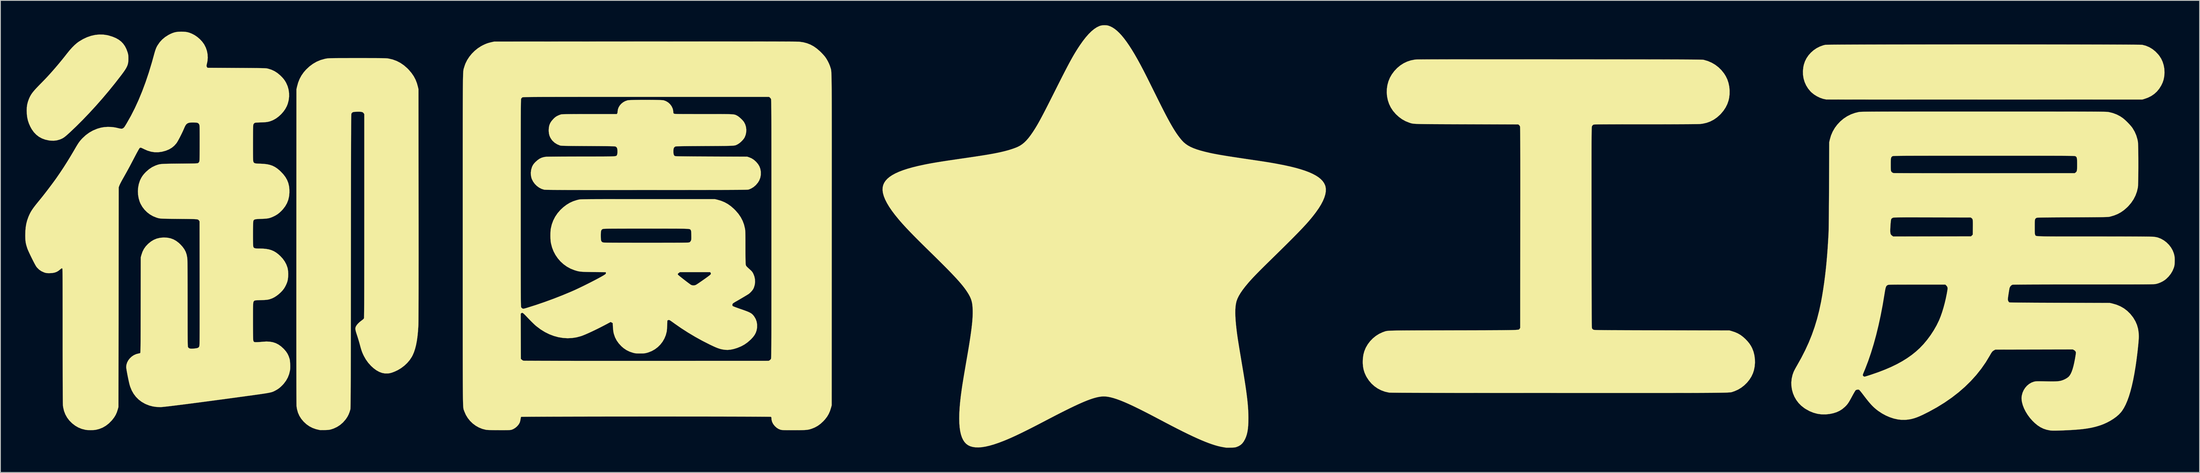
<source format=kicad_pcb>
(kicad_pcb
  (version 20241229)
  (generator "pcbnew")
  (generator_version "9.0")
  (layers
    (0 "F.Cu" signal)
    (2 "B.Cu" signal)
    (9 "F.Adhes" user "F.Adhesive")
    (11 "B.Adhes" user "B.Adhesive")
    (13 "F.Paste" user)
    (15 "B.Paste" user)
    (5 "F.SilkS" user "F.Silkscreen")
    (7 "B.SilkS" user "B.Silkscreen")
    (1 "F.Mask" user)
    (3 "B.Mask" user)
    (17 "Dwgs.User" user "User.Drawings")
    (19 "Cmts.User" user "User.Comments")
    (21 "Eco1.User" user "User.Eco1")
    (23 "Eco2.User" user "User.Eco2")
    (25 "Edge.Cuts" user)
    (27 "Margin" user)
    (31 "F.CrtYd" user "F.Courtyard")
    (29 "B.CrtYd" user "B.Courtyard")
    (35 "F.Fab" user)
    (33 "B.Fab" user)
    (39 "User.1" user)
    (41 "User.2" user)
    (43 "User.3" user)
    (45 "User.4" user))
  (footprint "plategraphic"
    (layer "F.Cu")
    (at 129.974 25.593)
    (property "Reference" "plategraphic" (at 0 0 0) (layer "F.SilkS") (effects (font (size 1.524 1.524) (thickness 0.3))))
    (attr through_hole)
    (fp_poly (pts (xy -120.529 -24.452) (xy -120.047 -24.381) (xy -119.862 -24.336) (xy -119.411 -24.196) (xy -119.015 -24.031) (xy -118.672 -23.837) (xy -118.376 -23.611) (xy -118.125 -23.349) (xy -117.913 -23.048) (xy -117.738 -22.704) (xy -117.595 -22.313) (xy -117.583 -22.273) (xy -117.546 -22.14) (xy -117.521 -22.022) (xy -117.505 -21.899) (xy -117.497 -21.752) (xy -117.494 -21.562) (xy -117.494 -21.558) (xy -117.497 -21.335) (xy -117.513 -21.135) (xy -117.544 -20.949) (xy -117.594 -20.769) (xy -117.667 -20.587) (xy -117.766 -20.394) (xy -117.895 -20.183) (xy -118.057 -19.945) (xy -118.257 -19.672) (xy -118.367 -19.525) (xy -119.094 -18.587) (xy -119.85 -17.652) (xy -120.629 -16.729) (xy -121.424 -15.826) (xy -122.226 -14.951) (xy -123.028 -14.113) (xy -123.824 -13.319) (xy -124.492 -12.683) (xy -124.723 -12.47) (xy -124.917 -12.296) (xy -125.081 -12.156) (xy -125.223 -12.044) (xy -125.352 -11.955) (xy -125.474 -11.883) (xy -125.598 -11.823) (xy -125.731 -11.768) (xy -125.809 -11.739) (xy -126.152 -11.643) (xy -126.503 -11.599) (xy -126.874 -11.606) (xy -127.114 -11.635) (xy -127.551 -11.731) (xy -127.95 -11.878) (xy -128.312 -12.077) (xy -128.637 -12.327) (xy -128.927 -12.63) (xy -129.181 -12.985) (xy -129.359 -13.307) (xy -129.524 -13.677) (xy -129.646 -14.04) (xy -129.729 -14.412) (xy -129.777 -14.809) (xy -129.794 -15.246) (xy -129.794 -15.272) (xy -129.78 -15.642) (xy -129.734 -15.979) (xy -129.651 -16.308) (xy -129.54 -16.622) (xy -129.457 -16.817) (xy -129.367 -16.999) (xy -129.265 -17.175) (xy -129.146 -17.353) (xy -129.002 -17.539) (xy -128.83 -17.742) (xy -128.624 -17.969) (xy -128.377 -18.227) (xy -128.256 -18.352) (xy -128.013 -18.599) (xy -127.808 -18.809) (xy -127.631 -18.991) (xy -127.476 -19.154) (xy -127.333 -19.306) (xy -127.196 -19.454) (xy -127.055 -19.609) (xy -126.904 -19.777) (xy -126.748 -19.952) (xy -126.358 -20.398) (xy -125.959 -20.868) (xy -125.566 -21.344) (xy -125.193 -21.808) (xy -124.954 -22.114) (xy -124.62 -22.528) (xy -124.303 -22.885) (xy -123.999 -23.188) (xy -123.704 -23.442) (xy -123.465 -23.616) (xy -122.987 -23.902) (xy -122.501 -24.131) (xy -122.008 -24.301) (xy -121.513 -24.412) (xy -121.019 -24.462) (xy -120.529 -24.452)) (stroke (width 0.01) (type solid)) (fill yes) (layer "F.SilkS"))
    (fp_poly (pts (xy 108.14 -23.261) (xy 109.096 -23.261) (xy 110.047 -23.261) (xy 110.991 -23.261) (xy 111.925 -23.26) (xy 112.849 -23.259) (xy 113.759 -23.259) (xy 114.654 -23.258) (xy 115.53 -23.257) (xy 116.387 -23.256) (xy 117.223 -23.255) (xy 118.034 -23.254) (xy 118.818 -23.252) (xy 119.575 -23.251) (xy 120.301 -23.249) (xy 120.994 -23.248) (xy 121.653 -23.246) (xy 122.274 -23.244) (xy 122.857 -23.242) (xy 123.398 -23.24) (xy 123.896 -23.238) (xy 124.349 -23.236) (xy 124.754 -23.233) (xy 125.11 -23.231) (xy 125.413 -23.228) (xy 125.663 -23.226) (xy 125.856 -23.223) (xy 125.991 -23.22) (xy 126.066 -23.217) (xy 126.079 -23.216) (xy 126.522 -23.097) (xy 126.934 -22.923) (xy 127.317 -22.693) (xy 127.672 -22.406) (xy 128.001 -22.063) (xy 128.148 -21.879) (xy 128.368 -21.539) (xy 128.543 -21.16) (xy 128.671 -20.753) (xy 128.749 -20.326) (xy 128.774 -19.889) (xy 128.768 -19.704) (xy 128.729 -19.318) (xy 128.656 -18.969) (xy 128.543 -18.637) (xy 128.384 -18.301) (xy 128.383 -18.299) (xy 128.141 -17.906) (xy 127.857 -17.561) (xy 127.532 -17.263) (xy 127.165 -17.012) (xy 126.755 -16.809) (xy 126.334 -16.66) (xy 126.095 -16.59) (xy 107.013 -16.587) (xy 105.915 -16.586) (xy 104.831 -16.586) (xy 103.765 -16.586) (xy 102.719 -16.586) (xy 101.693 -16.586) (xy 100.689 -16.586) (xy 99.71 -16.586) (xy 98.757 -16.586) (xy 97.831 -16.586) (xy 96.935 -16.587) (xy 96.07 -16.587) (xy 95.239 -16.587) (xy 94.442 -16.587) (xy 93.682 -16.588) (xy 92.959 -16.588) (xy 92.277 -16.589) (xy 91.637 -16.589) (xy 91.04 -16.589) (xy 90.488 -16.59) (xy 89.983 -16.591) (xy 89.527 -16.591) (xy 89.122 -16.592) (xy 88.768 -16.592) (xy 88.469 -16.593) (xy 88.225 -16.594) (xy 88.039 -16.594) (xy 87.912 -16.595) (xy 87.846 -16.596) (xy 87.836 -16.596) (xy 87.468 -16.675) (xy 87.094 -16.807) (xy 86.729 -16.985) (xy 86.387 -17.199) (xy 86.083 -17.444) (xy 85.956 -17.569) (xy 85.665 -17.92) (xy 85.429 -18.302) (xy 85.246 -18.71) (xy 85.12 -19.139) (xy 85.051 -19.585) (xy 85.04 -20.043) (xy 85.088 -20.507) (xy 85.153 -20.812) (xy 85.286 -21.212) (xy 85.476 -21.59) (xy 85.717 -21.944) (xy 86.003 -22.266) (xy 86.328 -22.553) (xy 86.688 -22.8) (xy 87.077 -23) (xy 87.489 -23.15) (xy 87.757 -23.216) (xy 87.804 -23.219) (xy 87.912 -23.222) (xy 88.079 -23.224) (xy 88.304 -23.227) (xy 88.583 -23.23) (xy 88.916 -23.232) (xy 89.299 -23.235) (xy 89.73 -23.237) (xy 90.208 -23.239) (xy 90.73 -23.241) (xy 91.295 -23.243) (xy 91.899 -23.245) (xy 92.541 -23.247) (xy 93.219 -23.249) (xy 93.93 -23.25) (xy 94.673 -23.252) (xy 95.446 -23.253) (xy 96.245 -23.254) (xy 97.07 -23.255) (xy 97.917 -23.257) (xy 98.785 -23.257) (xy 99.672 -23.258) (xy 100.576 -23.259) (xy 101.493 -23.26) (xy 102.423 -23.26) (xy 103.363 -23.261) (xy 104.311 -23.261) (xy 105.265 -23.261) (xy 106.223 -23.261) (xy 107.182 -23.261) (xy 108.14 -23.261)) (stroke (width 0.01) (type solid)) (fill yes) (layer "F.SilkS"))
    (fp_poly (pts (xy -89.243 -21.606) (xy -88.757 -21.606) (xy -88.327 -21.605) (xy -87.949 -21.605) (xy -87.618 -21.604) (xy -87.332 -21.602) (xy -87.086 -21.6) (xy -86.877 -21.598) (xy -86.7 -21.595) (xy -86.552 -21.591) (xy -86.429 -21.587) (xy -86.326 -21.582) (xy -86.241 -21.576) (xy -86.169 -21.57) (xy -86.107 -21.562) (xy -86.05 -21.554) (xy -86.015 -21.548) (xy -85.516 -21.429) (xy -85.043 -21.253) (xy -84.595 -21.02) (xy -84.171 -20.728) (xy -83.768 -20.377) (xy -83.579 -20.184) (xy -83.252 -19.799) (xy -82.982 -19.406) (xy -82.765 -18.995) (xy -82.595 -18.555) (xy -82.48 -18.137) (xy -82.408 -17.828) (xy -82.398 -3.873) (xy -82.397 -2.591) (xy -82.396 -1.371) (xy -82.396 -0.214) (xy -82.396 0.882) (xy -82.395 1.917) (xy -82.395 2.891) (xy -82.396 3.806) (xy -82.396 4.661) (xy -82.397 5.458) (xy -82.397 6.197) (xy -82.398 6.879) (xy -82.399 7.504) (xy -82.401 8.073) (xy -82.402 8.587) (xy -82.404 9.046) (xy -82.406 9.451) (xy -82.408 9.802) (xy -82.41 10.1) (xy -82.413 10.346) (xy -82.416 10.54) (xy -82.419 10.684) (xy -82.422 10.776) (xy -82.422 10.779) (xy -82.465 11.457) (xy -82.526 12.076) (xy -82.604 12.639) (xy -82.701 13.149) (xy -82.818 13.607) (xy -82.953 14.017) (xy -83.109 14.381) (xy -83.222 14.594) (xy -83.471 14.97) (xy -83.773 15.324) (xy -84.12 15.651) (xy -84.503 15.941) (xy -84.913 16.188) (xy -85.232 16.34) (xy -85.453 16.43) (xy -85.635 16.496) (xy -85.795 16.541) (xy -85.949 16.572) (xy -86.115 16.592) (xy -86.122 16.592) (xy -86.464 16.592) (xy -86.808 16.528) (xy -87.151 16.401) (xy -87.495 16.212) (xy -87.837 15.96) (xy -88.154 15.67) (xy -88.491 15.294) (xy -88.78 14.889) (xy -89.02 14.462) (xy -89.111 14.272) (xy -89.19 14.092) (xy -89.261 13.907) (xy -89.329 13.704) (xy -89.399 13.469) (xy -89.476 13.188) (xy -89.491 13.129) (xy -89.55 12.914) (xy -89.623 12.663) (xy -89.703 12.397) (xy -89.783 12.141) (xy -89.838 11.973) (xy -89.92 11.721) (xy -89.98 11.519) (xy -90.019 11.357) (xy -90.039 11.227) (xy -90.04 11.118) (xy -90.023 11.021) (xy -89.99 10.928) (xy -89.961 10.866) (xy -89.859 10.707) (xy -89.708 10.534) (xy -89.517 10.356) (xy -89.295 10.184) (xy -89.276 10.171) (xy -89.133 10.062) (xy -89.042 9.974) (xy -88.998 9.901) (xy -88.995 9.87) (xy -88.992 9.797) (xy -88.989 9.68) (xy -88.986 9.519) (xy -88.984 9.313) (xy -88.981 9.06) (xy -88.979 8.759) (xy -88.977 8.41) (xy -88.975 8.012) (xy -88.973 7.563) (xy -88.972 7.063) (xy -88.97 6.51) (xy -88.969 5.904) (xy -88.968 5.244) (xy -88.967 4.528) (xy -88.966 3.756) (xy -88.965 2.927) (xy -88.965 2.04) (xy -88.964 1.093) (xy -88.964 0.086) (xy -88.964 -0.982) (xy -88.964 -2.112) (xy -88.963 -2.508) (xy -88.963 -14.818) (xy -89.036 -14.926) (xy -89.092 -14.994) (xy -89.161 -15.045) (xy -89.253 -15.079) (xy -89.378 -15.1) (xy -89.544 -15.109) (xy -89.761 -15.109) (xy -89.822 -15.107) (xy -90.029 -15.101) (xy -90.183 -15.089) (xy -90.295 -15.069) (xy -90.377 -15.038) (xy -90.439 -14.992) (xy -90.492 -14.928) (xy -90.511 -14.9) (xy -90.515 -14.892) (xy -90.519 -14.879) (xy -90.522 -14.86) (xy -90.526 -14.833) (xy -90.529 -14.797) (xy -90.532 -14.75) (xy -90.535 -14.691) (xy -90.538 -14.618) (xy -90.541 -14.529) (xy -90.543 -14.423) (xy -90.545 -14.299) (xy -90.548 -14.154) (xy -90.55 -13.988) (xy -90.552 -13.799) (xy -90.554 -13.584) (xy -90.556 -13.344) (xy -90.557 -13.075) (xy -90.559 -12.777) (xy -90.56 -12.448) (xy -90.562 -12.086) (xy -90.563 -11.691) (xy -90.565 -11.259) (xy -90.566 -10.791) (xy -90.567 -10.283) (xy -90.568 -9.736) (xy -90.569 -9.146) (xy -90.571 -8.513) (xy -90.572 -7.836) (xy -90.573 -7.111) (xy -90.574 -6.339) (xy -90.575 -5.517) (xy -90.576 -4.644) (xy -90.577 -3.718) (xy -90.578 -2.738) (xy -90.579 -1.702) (xy -90.58 -0.608) (xy -90.581 0.544) (xy -90.582 1.757) (xy -90.583 2.983) (xy -90.584 4.258) (xy -90.586 5.471) (xy -90.587 6.623) (xy -90.588 7.717) (xy -90.589 8.753) (xy -90.59 9.734) (xy -90.591 10.66) (xy -90.592 11.534) (xy -90.593 12.356) (xy -90.594 13.13) (xy -90.595 13.855) (xy -90.596 14.534) (xy -90.597 15.167) (xy -90.599 15.758) (xy -90.6 16.307) (xy -90.601 16.815) (xy -90.602 17.285) (xy -90.604 17.718) (xy -90.605 18.115) (xy -90.607 18.478) (xy -90.608 18.809) (xy -90.61 19.109) (xy -90.612 19.38) (xy -90.614 19.622) (xy -90.616 19.839) (xy -90.618 20.031) (xy -90.62 20.199) (xy -90.622 20.346) (xy -90.625 20.473) (xy -90.627 20.582) (xy -90.63 20.673) (xy -90.633 20.75) (xy -90.636 20.812) (xy -90.639 20.862) (xy -90.642 20.901) (xy -90.646 20.932) (xy -90.649 20.954) (xy -90.653 20.971) (xy -90.653 20.971) (xy -90.753 21.292) (xy -90.863 21.568) (xy -90.992 21.819) (xy -91.15 22.063) (xy -91.241 22.186) (xy -91.54 22.528) (xy -91.881 22.823) (xy -92.259 23.069) (xy -92.668 23.261) (xy -92.956 23.358) (xy -93.076 23.39) (xy -93.189 23.413) (xy -93.31 23.429) (xy -93.456 23.439) (xy -93.642 23.446) (xy -93.758 23.448) (xy -93.94 23.451) (xy -94.104 23.451) (xy -94.239 23.45) (xy -94.33 23.447) (xy -94.361 23.444) (xy -94.816 23.337) (xy -95.227 23.189) (xy -95.601 22.995) (xy -95.948 22.752) (xy -96.272 22.456) (xy -96.3 22.427) (xy -96.584 22.09) (xy -96.811 21.731) (xy -96.982 21.346) (xy -97.099 20.929) (xy -97.155 20.581) (xy -97.157 20.536) (xy -97.16 20.45) (xy -97.162 20.321) (xy -97.164 20.149) (xy -97.166 19.933) (xy -97.168 19.672) (xy -97.17 19.364) (xy -97.172 19.011) (xy -97.173 18.61) (xy -97.175 18.16) (xy -97.176 17.662) (xy -97.177 17.114) (xy -97.178 16.515) (xy -97.179 15.864) (xy -97.18 15.161) (xy -97.181 14.406) (xy -97.181 13.596) (xy -97.181 12.731) (xy -97.182 11.811) (xy -97.182 10.835) (xy -97.182 9.801) (xy -97.182 8.709) (xy -97.182 7.559) (xy -97.181 6.349) (xy -97.181 5.079) (xy -97.18 3.747) (xy -97.18 2.353) (xy -97.179 1.222) (xy -97.169 -17.828) (xy -97.101 -18.132) (xy -96.966 -18.627) (xy -96.787 -19.08) (xy -96.561 -19.499) (xy -96.284 -19.892) (xy -96.002 -20.215) (xy -95.602 -20.59) (xy -95.177 -20.907) (xy -94.727 -21.167) (xy -94.252 -21.368) (xy -93.753 -21.51) (xy -93.566 -21.547) (xy -93.51 -21.557) (xy -93.452 -21.565) (xy -93.386 -21.572) (xy -93.311 -21.578) (xy -93.221 -21.584) (xy -93.112 -21.589) (xy -92.982 -21.593) (xy -92.825 -21.596) (xy -92.639 -21.599) (xy -92.418 -21.601) (xy -92.161 -21.603) (xy -91.861 -21.604) (xy -91.516 -21.605) (xy -91.123 -21.605) (xy -90.676 -21.606) (xy -90.172 -21.606) (xy -89.789 -21.606) (xy -89.243 -21.606)) (stroke (width 0.01) (type solid)) (fill yes) (layer "F.SilkS"))
    (fp_poly (pts (xy -54.63 -16.546) (xy -54.302 -16.544) (xy -53.988 -16.542) (xy -53.694 -16.537) (xy -53.427 -16.532) (xy -53.194 -16.525) (xy -53.003 -16.517) (xy -52.859 -16.508) (xy -52.771 -16.497) (xy -52.759 -16.494) (xy -52.472 -16.389) (xy -52.212 -16.232) (xy -51.988 -16.031) (xy -51.807 -15.794) (xy -51.677 -15.527) (xy -51.654 -15.459) (xy -51.621 -15.326) (xy -51.599 -15.188) (xy -51.594 -15.11) (xy -51.583 -14.99) (xy -51.548 -14.91) (xy -51.53 -14.891) (xy -51.519 -14.881) (xy -51.505 -14.872) (xy -51.485 -14.864) (xy -51.454 -14.857) (xy -51.409 -14.852) (xy -51.346 -14.846) (xy -51.263 -14.842) (xy -51.156 -14.838) (xy -51.02 -14.835) (xy -50.853 -14.833) (xy -50.651 -14.831) (xy -50.41 -14.83) (xy -50.127 -14.829) (xy -49.798 -14.828) (xy -49.42 -14.828) (xy -48.989 -14.827) (xy -48.501 -14.827) (xy -47.954 -14.827) (xy -47.949 -14.827) (xy -47.388 -14.827) (xy -46.886 -14.827) (xy -46.441 -14.827) (xy -46.048 -14.826) (xy -45.703 -14.825) (xy -45.404 -14.823) (xy -45.146 -14.821) (xy -44.925 -14.817) (xy -44.738 -14.811) (xy -44.581 -14.805) (xy -44.45 -14.797) (xy -44.342 -14.787) (xy -44.253 -14.775) (xy -44.179 -14.76) (xy -44.117 -14.744) (xy -44.062 -14.725) (xy -44.011 -14.703) (xy -43.961 -14.679) (xy -43.907 -14.651) (xy -43.876 -14.635) (xy -43.746 -14.555) (xy -43.594 -14.438) (xy -43.432 -14.296) (xy -43.276 -14.144) (xy -43.14 -13.994) (xy -43.038 -13.861) (xy -43.033 -13.853) (xy -42.891 -13.576) (xy -42.799 -13.271) (xy -42.76 -12.952) (xy -42.772 -12.628) (xy -42.836 -12.311) (xy -42.953 -12.014) (xy -42.966 -11.988) (xy -43.074 -11.822) (xy -43.223 -11.644) (xy -43.397 -11.469) (xy -43.58 -11.314) (xy -43.757 -11.194) (xy -43.799 -11.17) (xy -43.857 -11.14) (xy -43.908 -11.112) (xy -43.957 -11.088) (xy -44.006 -11.067) (xy -44.06 -11.048) (xy -44.123 -11.032) (xy -44.197 -11.018) (xy -44.288 -11.007) (xy -44.399 -10.997) (xy -44.533 -10.989) (xy -44.694 -10.982) (xy -44.886 -10.976) (xy -45.114 -10.972) (xy -45.379 -10.968) (xy -45.687 -10.966) (xy -46.042 -10.963) (xy -46.446 -10.961) (xy -46.904 -10.959) (xy -47.419 -10.956) (xy -47.768 -10.955) (xy -48.316 -10.952) (xy -48.803 -10.949) (xy -49.235 -10.947) (xy -49.614 -10.945) (xy -49.943 -10.942) (xy -50.227 -10.939) (xy -50.469 -10.937) (xy -50.672 -10.933) (xy -50.841 -10.93) (xy -50.978 -10.926) (xy -51.088 -10.922) (xy -51.174 -10.917) (xy -51.239 -10.911) (xy -51.287 -10.905) (xy -51.321 -10.898) (xy -51.346 -10.89) (xy -51.363 -10.882) (xy -51.453 -10.818) (xy -51.515 -10.736) (xy -51.553 -10.622) (xy -51.572 -10.467) (xy -51.577 -10.303) (xy -51.569 -10.1) (xy -51.545 -9.949) (xy -51.501 -9.841) (xy -51.433 -9.766) (xy -51.395 -9.74) (xy -51.373 -9.734) (xy -51.327 -9.729) (xy -51.253 -9.724) (xy -51.151 -9.719) (xy -51.016 -9.715) (xy -50.846 -9.711) (xy -50.638 -9.707) (xy -50.39 -9.704) (xy -50.098 -9.701) (xy -49.761 -9.698) (xy -49.375 -9.695) (xy -48.937 -9.692) (xy -48.446 -9.69) (xy -47.898 -9.687) (xy -47.29 -9.685) (xy -46.99 -9.684) (xy -42.656 -9.668) (xy -42.402 -9.581) (xy -42.107 -9.454) (xy -41.838 -9.28) (xy -41.583 -9.052) (xy -41.55 -9.017) (xy -41.335 -8.76) (xy -41.178 -8.498) (xy -41.072 -8.218) (xy -41.012 -7.909) (xy -41.001 -7.797) (xy -41.005 -7.447) (xy -41.07 -7.109) (xy -41.195 -6.788) (xy -41.353 -6.525) (xy -41.6 -6.23) (xy -41.88 -5.988) (xy -42.194 -5.8) (xy -42.45 -5.695) (xy -42.466 -5.69) (xy -42.486 -5.685) (xy -42.51 -5.68) (xy -42.542 -5.676) (xy -42.582 -5.672) (xy -42.634 -5.669) (xy -42.697 -5.665) (xy -42.776 -5.662) (xy -42.871 -5.659) (xy -42.984 -5.656) (xy -43.117 -5.654) (xy -43.273 -5.651) (xy -43.452 -5.649) (xy -43.658 -5.647) (xy -43.891 -5.645) (xy -44.154 -5.644) (xy -44.449 -5.642) (xy -44.777 -5.641) (xy -45.14 -5.639) (xy -45.541 -5.638) (xy -45.981 -5.637) (xy -46.462 -5.636) (xy -46.986 -5.636) (xy -47.555 -5.635) (xy -48.17 -5.634) (xy -48.835 -5.634) (xy -49.55 -5.633) (xy -50.317 -5.632) (xy -51.139 -5.632) (xy -52.017 -5.631) (xy -52.953 -5.631) (xy -53.949 -5.63) (xy -54.816 -5.63) (xy -55.882 -5.63) (xy -56.886 -5.629) (xy -57.83 -5.629) (xy -58.716 -5.629) (xy -59.546 -5.629) (xy -60.321 -5.629) (xy -61.043 -5.629) (xy -61.715 -5.629) (xy -62.337 -5.629) (xy -62.912 -5.63) (xy -63.441 -5.631) (xy -63.927 -5.631) (xy -64.371 -5.632) (xy -64.774 -5.633) (xy -65.139 -5.635) (xy -65.468 -5.636) (xy -65.761 -5.638) (xy -66.022 -5.639) (xy -66.252 -5.641) (xy -66.452 -5.643) (xy -66.624 -5.646) (xy -66.771 -5.648) (xy -66.893 -5.651) (xy -66.994 -5.654) (xy -67.074 -5.657) (xy -67.135 -5.66) (xy -67.179 -5.664) (xy -67.209 -5.668) (xy -67.215 -5.669) (xy -67.526 -5.767) (xy -67.822 -5.921) (xy -68.095 -6.122) (xy -68.336 -6.363) (xy -68.537 -6.637) (xy -68.69 -6.934) (xy -68.751 -7.109) (xy -68.812 -7.422) (xy -68.821 -7.752) (xy -68.778 -8.083) (xy -68.686 -8.398) (xy -68.624 -8.54) (xy -68.543 -8.685) (xy -68.446 -8.819) (xy -68.318 -8.962) (xy -68.247 -9.033) (xy -68 -9.254) (xy -67.758 -9.42) (xy -67.508 -9.539) (xy -67.238 -9.617) (xy -66.994 -9.654) (xy -66.928 -9.658) (xy -66.803 -9.661) (xy -66.623 -9.664) (xy -66.392 -9.668) (xy -66.114 -9.67) (xy -65.792 -9.673) (xy -65.432 -9.676) (xy -65.038 -9.678) (xy -64.612 -9.68) (xy -64.16 -9.681) (xy -63.686 -9.682) (xy -63.193 -9.683) (xy -62.687 -9.683) (xy -62.681 -9.683) (xy -62.081 -9.683) (xy -61.54 -9.683) (xy -61.057 -9.683) (xy -60.628 -9.684) (xy -60.249 -9.684) (xy -59.918 -9.686) (xy -59.63 -9.688) (xy -59.383 -9.691) (xy -59.174 -9.695) (xy -58.999 -9.7) (xy -58.854 -9.706) (xy -58.738 -9.714) (xy -58.646 -9.724) (xy -58.575 -9.735) (xy -58.522 -9.748) (xy -58.484 -9.764) (xy -58.458 -9.781) (xy -58.439 -9.801) (xy -58.426 -9.824) (xy -58.414 -9.849) (xy -58.401 -9.877) (xy -58.398 -9.883) (xy -58.37 -9.955) (xy -58.353 -10.054) (xy -58.344 -10.193) (xy -58.343 -10.303) (xy -58.35 -10.501) (xy -58.372 -10.647) (xy -58.415 -10.754) (xy -58.481 -10.832) (xy -58.555 -10.882) (xy -58.575 -10.891) (xy -58.602 -10.899) (xy -58.639 -10.906) (xy -58.69 -10.913) (xy -58.759 -10.918) (xy -58.85 -10.923) (xy -58.966 -10.928) (xy -59.111 -10.931) (xy -59.289 -10.935) (xy -59.503 -10.938) (xy -59.758 -10.941) (xy -60.056 -10.943) (xy -60.403 -10.946) (xy -60.801 -10.948) (xy -61.254 -10.951) (xy -61.765 -10.954) (xy -61.897 -10.954) (xy -62.423 -10.957) (xy -62.89 -10.959) (xy -63.301 -10.962) (xy -63.66 -10.964) (xy -63.971 -10.967) (xy -64.237 -10.97) (xy -64.463 -10.973) (xy -64.652 -10.976) (xy -64.808 -10.98) (xy -64.935 -10.984) (xy -65.036 -10.989) (xy -65.116 -10.995) (xy -65.179 -11.001) (xy -65.228 -11.008) (xy -65.266 -11.016) (xy -65.299 -11.026) (xy -65.31 -11.029) (xy -65.647 -11.172) (xy -65.941 -11.358) (xy -66.189 -11.585) (xy -66.285 -11.7) (xy -66.444 -11.94) (xy -66.556 -12.186) (xy -66.625 -12.452) (xy -66.655 -12.752) (xy -66.657 -12.89) (xy -66.637 -13.209) (xy -66.576 -13.49) (xy -66.469 -13.747) (xy -66.31 -13.991) (xy -66.094 -14.236) (xy -66.086 -14.244) (xy -65.947 -14.378) (xy -65.826 -14.477) (xy -65.703 -14.557) (xy -65.562 -14.63) (xy -65.42 -14.693) (xy -65.276 -14.748) (xy -65.156 -14.786) (xy -65.126 -14.793) (xy -65.065 -14.799) (xy -64.951 -14.805) (xy -64.78 -14.81) (xy -64.553 -14.814) (xy -64.269 -14.818) (xy -63.926 -14.821) (xy -63.524 -14.824) (xy -63.061 -14.825) (xy -62.537 -14.827) (xy -61.951 -14.827) (xy -61.69 -14.827) (xy -58.424 -14.827) (xy -58.374 -14.898) (xy -58.343 -14.975) (xy -58.326 -15.081) (xy -58.325 -15.117) (xy -58.294 -15.376) (xy -58.206 -15.625) (xy -58.068 -15.859) (xy -57.885 -16.069) (xy -57.664 -16.249) (xy -57.412 -16.391) (xy -57.134 -16.488) (xy -57.113 -16.493) (xy -57.033 -16.504) (xy -56.898 -16.514) (xy -56.713 -16.523) (xy -56.487 -16.53) (xy -56.225 -16.536) (xy -55.935 -16.54) (xy -55.623 -16.544) (xy -55.297 -16.546) (xy -54.964 -16.547) (xy -54.63 -16.546)) (stroke (width 0.01) (type solid)) (fill yes) (layer "F.SilkS"))
    (fp_poly (pts (xy 0.716 -25.584) (xy 0.908 -25.564) (xy 1.018 -25.539) (xy 1.278 -25.443) (xy 1.54 -25.308) (xy 1.806 -25.132) (xy 2.077 -24.914) (xy 2.354 -24.652) (xy 2.638 -24.344) (xy 2.93 -23.99) (xy 3.231 -23.587) (xy 3.543 -23.135) (xy 3.867 -22.631) (xy 4.203 -22.075) (xy 4.552 -21.464) (xy 4.917 -20.797) (xy 5.298 -20.073) (xy 5.696 -19.29) (xy 5.807 -19.066) (xy 5.932 -18.815) (xy 6.079 -18.519) (xy 6.243 -18.188) (xy 6.419 -17.833) (xy 6.602 -17.465) (xy 6.785 -17.097) (xy 6.963 -16.737) (xy 7.123 -16.415) (xy 7.432 -15.797) (xy 7.717 -15.234) (xy 7.982 -14.722) (xy 8.229 -14.257) (xy 8.459 -13.835) (xy 8.675 -13.454) (xy 8.879 -13.108) (xy 9.073 -12.795) (xy 9.259 -12.51) (xy 9.441 -12.25) (xy 9.619 -12.011) (xy 9.796 -11.79) (xy 9.936 -11.625) (xy 10.15 -11.403) (xy 10.39 -11.202) (xy 10.66 -11.018) (xy 10.967 -10.85) (xy 11.315 -10.695) (xy 11.711 -10.548) (xy 12.159 -10.409) (xy 12.589 -10.293) (xy 12.812 -10.237) (xy 13.034 -10.184) (xy 13.259 -10.132) (xy 13.493 -10.081) (xy 13.74 -10.031) (xy 14.004 -9.98) (xy 14.289 -9.927) (xy 14.6 -9.872) (xy 14.94 -9.815) (xy 15.316 -9.753) (xy 15.73 -9.687) (xy 16.188 -9.616) (xy 16.693 -9.539) (xy 17.25 -9.456) (xy 17.864 -9.365) (xy 18.177 -9.318) (xy 18.632 -9.251) (xy 19.031 -9.192) (xy 19.382 -9.139) (xy 19.693 -9.092) (xy 19.971 -9.048) (xy 20.223 -9.008) (xy 20.457 -8.97) (xy 20.681 -8.932) (xy 20.9 -8.894) (xy 21.125 -8.855) (xy 21.36 -8.812) (xy 21.479 -8.79) (xy 22.269 -8.636) (xy 22.996 -8.478) (xy 23.663 -8.313) (xy 24.27 -8.141) (xy 24.818 -7.963) (xy 25.31 -7.777) (xy 25.744 -7.582) (xy 26.124 -7.379) (xy 26.451 -7.167) (xy 26.724 -6.945) (xy 26.946 -6.712) (xy 27.118 -6.468) (xy 27.241 -6.213) (xy 27.291 -6.06) (xy 27.338 -5.762) (xy 27.33 -5.435) (xy 27.267 -5.082) (xy 27.15 -4.702) (xy 26.979 -4.297) (xy 26.755 -3.87) (xy 26.478 -3.42) (xy 26.148 -2.951) (xy 26.122 -2.915) (xy 25.973 -2.719) (xy 25.823 -2.525) (xy 25.67 -2.332) (xy 25.509 -2.137) (xy 25.34 -1.936) (xy 25.16 -1.728) (xy 24.966 -1.51) (xy 24.755 -1.28) (xy 24.526 -1.034) (xy 24.275 -0.77) (xy 24.001 -0.485) (xy 23.7 -0.178) (xy 23.371 0.156) (xy 23.011 0.517) (xy 22.618 0.91) (xy 22.188 1.336) (xy 21.72 1.798) (xy 21.211 2.299) (xy 20.658 2.841) (xy 20.656 2.843) (xy 20.248 3.243) (xy 19.883 3.604) (xy 19.557 3.928) (xy 19.266 4.221) (xy 19.005 4.486) (xy 18.772 4.727) (xy 18.562 4.947) (xy 18.372 5.152) (xy 18.197 5.344) (xy 18.035 5.527) (xy 17.955 5.62) (xy 17.589 6.06) (xy 17.276 6.469) (xy 17.016 6.849) (xy 16.807 7.201) (xy 16.647 7.528) (xy 16.537 7.83) (xy 16.51 7.93) (xy 16.451 8.218) (xy 16.41 8.537) (xy 16.388 8.892) (xy 16.383 9.287) (xy 16.397 9.727) (xy 16.428 10.217) (xy 16.477 10.761) (xy 16.512 11.081) (xy 16.532 11.255) (xy 16.552 11.424) (xy 16.573 11.594) (xy 16.596 11.768) (xy 16.621 11.95) (xy 16.649 12.145) (xy 16.68 12.358) (xy 16.716 12.592) (xy 16.757 12.852) (xy 16.804 13.143) (xy 16.856 13.468) (xy 16.916 13.832) (xy 16.984 14.239) (xy 17.06 14.694) (xy 17.145 15.201) (xy 17.239 15.764) (xy 17.285 16.034) (xy 17.403 16.743) (xy 17.507 17.394) (xy 17.6 17.994) (xy 17.681 18.546) (xy 17.75 19.056) (xy 17.809 19.529) (xy 17.858 19.969) (xy 17.897 20.382) (xy 17.927 20.772) (xy 17.949 21.145) (xy 17.963 21.505) (xy 17.97 21.857) (xy 17.971 22.029) (xy 17.964 22.515) (xy 17.942 22.945) (xy 17.905 23.328) (xy 17.85 23.67) (xy 17.778 23.979) (xy 17.686 24.262) (xy 17.574 24.527) (xy 17.558 24.559) (xy 17.401 24.839) (xy 17.229 25.065) (xy 17.033 25.245) (xy 16.804 25.386) (xy 16.561 25.489) (xy 16.468 25.519) (xy 16.38 25.541) (xy 16.283 25.556) (xy 16.164 25.567) (xy 16.008 25.573) (xy 15.812 25.577) (xy 15.633 25.58) (xy 15.474 25.581) (xy 15.348 25.58) (xy 15.265 25.578) (xy 15.24 25.576) (xy 15.187 25.565) (xy 15.09 25.549) (xy 14.97 25.53) (xy 14.954 25.527) (xy 14.644 25.47) (xy 14.315 25.393) (xy 13.963 25.295) (xy 13.587 25.175) (xy 13.183 25.032) (xy 12.75 24.865) (xy 12.284 24.672) (xy 11.782 24.452) (xy 11.243 24.205) (xy 10.663 23.929) (xy 10.04 23.623) (xy 9.371 23.286) (xy 8.653 22.916) (xy 7.981 22.564) (xy 7.699 22.415) (xy 7.408 22.262) (xy 7.119 22.11) (xy 6.843 21.964) (xy 6.59 21.831) (xy 6.372 21.716) (xy 6.198 21.625) (xy 6.191 21.621) (xy 5.999 21.521) (xy 5.764 21.4) (xy 5.5 21.265) (xy 5.221 21.124) (xy 4.941 20.983) (xy 4.674 20.85) (xy 4.634 20.83) (xy 4.024 20.533) (xy 3.462 20.273) (xy 2.946 20.047) (xy 2.474 19.856) (xy 2.042 19.698) (xy 1.648 19.572) (xy 1.29 19.478) (xy 0.964 19.414) (xy 0.667 19.38) (xy 0.398 19.374) (xy 0.314 19.379) (xy 0.101 19.4) (xy -0.124 19.435) (xy -0.364 19.485) (xy -0.621 19.552) (xy -0.898 19.636) (xy -1.198 19.738) (xy -1.523 19.86) (xy -1.877 20.003) (xy -2.261 20.168) (xy -2.68 20.356) (xy -3.135 20.569) (xy -3.629 20.807) (xy -4.165 21.072) (xy -4.745 21.364) (xy -5.373 21.686) (xy -6.051 22.038) (xy -6.556 22.302) (xy -7.222 22.65) (xy -7.836 22.968) (xy -8.403 23.258) (xy -8.928 23.521) (xy -9.413 23.761) (xy -9.862 23.978) (xy -10.28 24.175) (xy -10.671 24.353) (xy -11.039 24.515) (xy -11.386 24.661) (xy -11.624 24.758) (xy -12.24 24.993) (xy -12.811 25.186) (xy -13.338 25.339) (xy -13.823 25.45) (xy -14.268 25.521) (xy -14.675 25.551) (xy -15.045 25.541) (xy -15.382 25.492) (xy -15.686 25.403) (xy -15.692 25.401) (xy -15.942 25.279) (xy -16.166 25.113) (xy -16.363 24.902) (xy -16.533 24.643) (xy -16.677 24.338) (xy -16.795 23.984) (xy -16.887 23.581) (xy -16.952 23.127) (xy -16.992 22.622) (xy -17.006 22.065) (xy -16.995 21.455) (xy -16.958 20.79) (xy -16.896 20.07) (xy -16.808 19.295) (xy -16.695 18.462) (xy -16.651 18.161) (xy -16.603 17.851) (xy -16.543 17.48) (xy -16.473 17.05) (xy -16.391 16.561) (xy -16.298 16.017) (xy -16.196 15.417) (xy -16.083 14.764) (xy -16.066 14.666) (xy -15.942 13.947) (xy -15.832 13.286) (xy -15.735 12.679) (xy -15.651 12.123) (xy -15.579 11.614) (xy -15.518 11.147) (xy -15.468 10.72) (xy -15.429 10.327) (xy -15.401 9.966) (xy -15.382 9.633) (xy -15.373 9.323) (xy -15.373 9.034) (xy -15.377 8.842) (xy -15.399 8.472) (xy -15.436 8.15) (xy -15.495 7.862) (xy -15.578 7.593) (xy -15.689 7.329) (xy -15.833 7.057) (xy -15.899 6.945) (xy -16.021 6.749) (xy -16.154 6.549) (xy -16.3 6.342) (xy -16.462 6.127) (xy -16.643 5.9) (xy -16.844 5.659) (xy -17.068 5.401) (xy -17.317 5.123) (xy -17.594 4.824) (xy -17.901 4.499) (xy -18.241 4.147) (xy -18.616 3.765) (xy -19.029 3.35) (xy -19.481 2.9) (xy -19.975 2.411) (xy -20.449 1.946) (xy -20.949 1.456) (xy -21.405 1.005) (xy -21.821 0.592) (xy -22.201 0.211) (xy -22.547 -0.14) (xy -22.863 -0.464) (xy -23.152 -0.765) (xy -23.417 -1.046) (xy -23.661 -1.311) (xy -23.889 -1.563) (xy -24.102 -1.805) (xy -24.305 -2.041) (xy -24.326 -2.066) (xy -24.765 -2.604) (xy -25.149 -3.114) (xy -25.476 -3.595) (xy -25.747 -4.049) (xy -25.962 -4.474) (xy -26.122 -4.872) (xy -26.226 -5.243) (xy -26.275 -5.588) (xy -26.268 -5.905) (xy -26.261 -5.958) (xy -26.196 -6.235) (xy -26.08 -6.499) (xy -25.914 -6.75) (xy -25.696 -6.989) (xy -25.426 -7.217) (xy -25.1 -7.434) (xy -24.72 -7.641) (xy -24.283 -7.839) (xy -23.789 -8.027) (xy -23.236 -8.208) (xy -22.623 -8.38) (xy -21.95 -8.545) (xy -21.214 -8.704) (xy -21.175 -8.712) (xy -20.903 -8.766) (xy -20.621 -8.82) (xy -20.324 -8.874) (xy -20.006 -8.929) (xy -19.663 -8.987) (xy -19.289 -9.047) (xy -18.879 -9.112) (xy -18.428 -9.181) (xy -17.931 -9.255) (xy -17.382 -9.336) (xy -16.777 -9.425) (xy -16.637 -9.445) (xy -16.009 -9.537) (xy -15.438 -9.621) (xy -14.922 -9.698) (xy -14.454 -9.77) (xy -14.029 -9.837) (xy -13.644 -9.9) (xy -13.294 -9.96) (xy -12.973 -10.017) (xy -12.676 -10.073) (xy -12.4 -10.129) (xy -12.139 -10.184) (xy -11.889 -10.24) (xy -11.644 -10.298) (xy -11.414 -10.356) (xy -11.066 -10.45) (xy -10.72 -10.557) (xy -10.392 -10.668) (xy -10.099 -10.78) (xy -9.929 -10.854) (xy -9.656 -10.995) (xy -9.395 -11.168) (xy -9.14 -11.376) (xy -8.888 -11.624) (xy -8.632 -11.918) (xy -8.369 -12.262) (xy -8.093 -12.66) (xy -8.026 -12.764) (xy -7.914 -12.937) (xy -7.803 -13.114) (xy -7.691 -13.297) (xy -7.577 -13.49) (xy -7.458 -13.697) (xy -7.332 -13.921) (xy -7.198 -14.166) (xy -7.053 -14.436) (xy -6.895 -14.735) (xy -6.722 -15.066) (xy -6.533 -15.433) (xy -6.325 -15.84) (xy -6.097 -16.29) (xy -5.846 -16.788) (xy -5.57 -17.336) (xy -5.371 -17.732) (xy -5.07 -18.333) (xy -4.793 -18.881) (xy -4.541 -19.38) (xy -4.309 -19.833) (xy -4.096 -20.245) (xy -3.901 -20.619) (xy -3.72 -20.961) (xy -3.551 -21.272) (xy -3.393 -21.558) (xy -3.244 -21.823) (xy -3.1 -22.07) (xy -2.96 -22.303) (xy -2.822 -22.527) (xy -2.684 -22.745) (xy -2.543 -22.961) (xy -2.41 -23.162) (xy -2.047 -23.677) (xy -1.692 -24.132) (xy -1.346 -24.525) (xy -1.008 -24.858) (xy -0.68 -25.129) (xy -0.361 -25.339) (xy -0.052 -25.486) (xy 0.127 -25.544) (xy 0.3 -25.574) (xy 0.505 -25.588) (xy 0.716 -25.584)) (stroke (width 0.01) (type solid)) (fill yes) (layer "F.SilkS"))
    (fp_poly (pts (xy 48.545 -21.458) (xy 49.633 -21.458) (xy 50.781 -21.458) (xy 51.989 -21.457) (xy 53.259 -21.457) (xy 54.591 -21.456) (xy 55.674 -21.455) (xy 56.926 -21.455) (xy 58.117 -21.454) (xy 59.247 -21.453) (xy 60.319 -21.452) (xy 61.334 -21.452) (xy 62.292 -21.451) (xy 63.197 -21.45) (xy 64.05 -21.449) (xy 64.851 -21.448) (xy 65.603 -21.448) (xy 66.308 -21.447) (xy 66.966 -21.446) (xy 67.58 -21.445) (xy 68.151 -21.444) (xy 68.68 -21.443) (xy 69.17 -21.441) (xy 69.621 -21.44) (xy 70.036 -21.439) (xy 70.415 -21.437) (xy 70.761 -21.436) (xy 71.076 -21.434) (xy 71.359 -21.433) (xy 71.614 -21.431) (xy 71.842 -21.429) (xy 72.045 -21.427) (xy 72.223 -21.425) (xy 72.378 -21.423) (xy 72.513 -21.42) (xy 72.629 -21.418) (xy 72.727 -21.415) (xy 72.808 -21.412) (xy 72.876 -21.409) (xy 72.93 -21.406) (xy 72.973 -21.403) (xy 73.005 -21.399) (xy 73.03 -21.396) (xy 73.043 -21.393) (xy 73.537 -21.248) (xy 74.001 -21.047) (xy 74.433 -20.794) (xy 74.829 -20.49) (xy 75.186 -20.138) (xy 75.501 -19.742) (xy 75.706 -19.417) (xy 75.895 -19.025) (xy 76.036 -18.599) (xy 76.13 -18.15) (xy 76.174 -17.687) (xy 76.168 -17.22) (xy 76.11 -16.76) (xy 76.042 -16.462) (xy 75.896 -16.038) (xy 75.69 -15.625) (xy 75.428 -15.228) (xy 75.114 -14.855) (xy 75.029 -14.766) (xy 74.652 -14.428) (xy 74.253 -14.149) (xy 73.83 -13.929) (xy 73.382 -13.766) (xy 72.905 -13.659) (xy 72.581 -13.62) (xy 72.507 -13.617) (xy 72.373 -13.614) (xy 72.18 -13.61) (xy 71.932 -13.608) (xy 71.63 -13.605) (xy 71.278 -13.602) (xy 70.877 -13.6) (xy 70.431 -13.598) (xy 69.942 -13.596) (xy 69.412 -13.594) (xy 68.844 -13.593) (xy 68.241 -13.591) (xy 67.605 -13.59) (xy 66.939 -13.59) (xy 66.245 -13.589) (xy 65.992 -13.589) (xy 65.253 -13.589) (xy 64.575 -13.589) (xy 63.955 -13.589) (xy 63.391 -13.589) (xy 62.879 -13.588) (xy 62.418 -13.588) (xy 62.004 -13.587) (xy 61.635 -13.586) (xy 61.308 -13.585) (xy 61.021 -13.584) (xy 60.771 -13.582) (xy 60.555 -13.58) (xy 60.37 -13.578) (xy 60.215 -13.576) (xy 60.086 -13.573) (xy 59.98 -13.569) (xy 59.895 -13.566) (xy 59.829 -13.561) (xy 59.778 -13.557) (xy 59.74 -13.552) (xy 59.713 -13.546) (xy 59.693 -13.54) (xy 59.678 -13.533) (xy 59.67 -13.528) (xy 59.576 -13.438) (xy 59.518 -13.33) (xy 59.514 -13.315) (xy 59.51 -13.292) (xy 59.506 -13.261) (xy 59.502 -13.219) (xy 59.499 -13.164) (xy 59.495 -13.094) (xy 59.492 -13.008) (xy 59.49 -12.903) (xy 59.487 -12.778) (xy 59.485 -12.631) (xy 59.483 -12.46) (xy 59.481 -12.263) (xy 59.479 -12.038) (xy 59.478 -11.784) (xy 59.476 -11.498) (xy 59.475 -11.178) (xy 59.474 -10.824) (xy 59.473 -10.432) (xy 59.473 -10.001) (xy 59.472 -9.529) (xy 59.472 -9.015) (xy 59.472 -8.455) (xy 59.472 -7.849) (xy 59.472 -7.195) (xy 59.472 -6.491) (xy 59.472 -5.734) (xy 59.473 -4.923) (xy 59.473 -4.057) (xy 59.474 -3.132) (xy 59.474 -2.148) (xy 59.475 -1.102) (xy 59.475 -1.062) (xy 59.476 -0.017) (xy 59.476 0.967) (xy 59.477 1.89) (xy 59.478 2.756) (xy 59.479 3.566) (xy 59.479 4.322) (xy 59.48 5.026) (xy 59.481 5.679) (xy 59.482 6.284) (xy 59.483 6.843) (xy 59.484 7.356) (xy 59.485 7.827) (xy 59.486 8.257) (xy 59.487 8.648) (xy 59.489 9.002) (xy 59.49 9.32) (xy 59.492 9.605) (xy 59.494 9.859) (xy 59.496 10.083) (xy 59.498 10.279) (xy 59.5 10.449) (xy 59.503 10.595) (xy 59.505 10.719) (xy 59.508 10.823) (xy 59.511 10.909) (xy 59.514 10.978) (xy 59.518 11.033) (xy 59.522 11.074) (xy 59.526 11.105) (xy 59.53 11.127) (xy 59.534 11.142) (xy 59.539 11.152) (xy 59.539 11.153) (xy 59.607 11.228) (xy 59.695 11.293) (xy 59.698 11.294) (xy 59.711 11.3) (xy 59.729 11.306) (xy 59.755 11.311) (xy 59.791 11.316) (xy 59.839 11.32) (xy 59.901 11.324) (xy 59.98 11.328) (xy 60.078 11.331) (xy 60.198 11.334) (xy 60.341 11.337) (xy 60.51 11.34) (xy 60.707 11.342) (xy 60.935 11.345) (xy 61.196 11.347) (xy 61.492 11.349) (xy 61.826 11.351) (xy 62.2 11.352) (xy 62.615 11.354) (xy 63.075 11.356) (xy 63.582 11.357) (xy 64.138 11.359) (xy 64.745 11.36) (xy 65.405 11.362) (xy 66.122 11.363) (xy 66.897 11.365) (xy 67.732 11.367) (xy 67.977 11.367) (xy 76.152 11.384) (xy 76.403 11.455) (xy 76.811 11.588) (xy 77.173 11.748) (xy 77.503 11.942) (xy 77.818 12.181) (xy 78.091 12.43) (xy 78.36 12.714) (xy 78.582 12.992) (xy 78.765 13.277) (xy 78.903 13.542) (xy 79.061 13.95) (xy 79.17 14.388) (xy 79.23 14.844) (xy 79.24 15.308) (xy 79.2 15.768) (xy 79.109 16.214) (xy 78.996 16.564) (xy 78.808 16.968) (xy 78.565 17.351) (xy 78.275 17.708) (xy 77.946 18.03) (xy 77.583 18.313) (xy 77.195 18.548) (xy 76.789 18.729) (xy 76.65 18.777) (xy 76.614 18.788) (xy 76.583 18.8) (xy 76.555 18.811) (xy 76.529 18.821) (xy 76.502 18.831) (xy 76.475 18.84) (xy 76.444 18.849) (xy 76.409 18.857) (xy 76.369 18.865) (xy 76.321 18.873) (xy 76.265 18.88) (xy 76.199 18.886) (xy 76.121 18.892) (xy 76.03 18.898) (xy 75.924 18.904) (xy 75.803 18.909) (xy 75.664 18.914) (xy 75.506 18.918) (xy 75.327 18.922) (xy 75.127 18.926) (xy 74.904 18.929) (xy 74.656 18.932) (xy 74.381 18.935) (xy 74.079 18.938) (xy 73.748 18.94) (xy 73.386 18.942) (xy 72.992 18.944) (xy 72.565 18.946) (xy 72.102 18.947) (xy 71.603 18.949) (xy 71.066 18.95) (xy 70.49 18.951) (xy 69.872 18.951) (xy 69.213 18.952) (xy 68.509 18.952) (xy 67.76 18.953) (xy 66.965 18.953) (xy 66.121 18.953) (xy 65.228 18.953) (xy 64.283 18.953) (xy 63.286 18.953) (xy 62.234 18.953) (xy 61.128 18.953) (xy 59.964 18.952) (xy 58.742 18.952) (xy 57.459 18.952) (xy 56.116 18.952) (xy 55.515 18.952) (xy 54.126 18.951) (xy 52.8 18.951) (xy 51.535 18.951) (xy 50.329 18.95) (xy 49.181 18.95) (xy 48.089 18.95) (xy 47.053 18.949) (xy 46.071 18.949) (xy 45.142 18.948) (xy 44.264 18.948) (xy 43.435 18.947) (xy 42.656 18.946) (xy 41.923 18.946) (xy 41.236 18.945) (xy 40.594 18.944) (xy 39.994 18.943) (xy 39.437 18.942) (xy 38.919 18.941) (xy 38.441 18.94) (xy 38 18.939) (xy 37.596 18.937) (xy 37.226 18.936) (xy 36.89 18.934) (xy 36.586 18.933) (xy 36.313 18.931) (xy 36.07 18.929) (xy 35.854 18.927) (xy 35.666 18.925) (xy 35.502 18.923) (xy 35.363 18.921) (xy 35.246 18.918) (xy 35.15 18.916) (xy 35.075 18.913) (xy 35.018 18.911) (xy 34.978 18.908) (xy 34.957 18.905) (xy 34.483 18.798) (xy 34.033 18.633) (xy 33.611 18.414) (xy 33.222 18.144) (xy 32.868 17.825) (xy 32.554 17.461) (xy 32.285 17.054) (xy 32.179 16.859) (xy 32.021 16.503) (xy 31.909 16.146) (xy 31.838 15.772) (xy 31.805 15.366) (xy 31.802 15.177) (xy 31.822 14.72) (xy 31.883 14.303) (xy 31.989 13.911) (xy 32.141 13.534) (xy 32.182 13.449) (xy 32.414 13.051) (xy 32.696 12.681) (xy 33.02 12.347) (xy 33.379 12.053) (xy 33.765 11.807) (xy 34.172 11.616) (xy 34.3 11.569) (xy 34.354 11.55) (xy 34.403 11.532) (xy 34.447 11.515) (xy 34.49 11.5) (xy 34.535 11.486) (xy 34.582 11.473) (xy 34.636 11.461) (xy 34.698 11.45) (xy 34.771 11.44) (xy 34.857 11.432) (xy 34.959 11.424) (xy 35.079 11.417) (xy 35.219 11.411) (xy 35.383 11.405) (xy 35.572 11.4) (xy 35.789 11.396) (xy 36.036 11.392) (xy 36.317 11.389) (xy 36.632 11.386) (xy 36.985 11.384) (xy 37.379 11.382) (xy 37.814 11.38) (xy 38.295 11.378) (xy 38.824 11.377) (xy 39.402 11.375) (xy 40.033 11.374) (xy 40.718 11.372) (xy 41.461 11.371) (xy 42.264 11.369) (xy 42.736 11.368) (xy 43.574 11.366) (xy 44.351 11.365) (xy 45.07 11.363) (xy 45.732 11.362) (xy 46.34 11.36) (xy 46.896 11.359) (xy 47.402 11.357) (xy 47.862 11.355) (xy 48.277 11.353) (xy 48.649 11.351) (xy 48.981 11.348) (xy 49.276 11.345) (xy 49.535 11.342) (xy 49.761 11.338) (xy 49.956 11.333) (xy 50.123 11.328) (xy 50.264 11.322) (xy 50.381 11.315) (xy 50.477 11.308) (xy 50.553 11.299) (xy 50.614 11.29) (xy 50.659 11.28) (xy 50.693 11.268) (xy 50.717 11.256) (xy 50.734 11.242) (xy 50.746 11.227) (xy 50.755 11.211) (xy 50.764 11.194) (xy 50.775 11.175) (xy 50.781 11.166) (xy 50.848 11.076) (xy 50.856 -1.063) (xy 50.856 -2.145) (xy 50.857 -3.166) (xy 50.857 -4.127) (xy 50.858 -5.028) (xy 50.858 -5.873) (xy 50.858 -6.662) (xy 50.858 -7.398) (xy 50.858 -8.082) (xy 50.857 -8.714) (xy 50.857 -9.299) (xy 50.856 -9.835) (xy 50.855 -10.327) (xy 50.854 -10.774) (xy 50.853 -11.179) (xy 50.852 -11.543) (xy 50.85 -11.867) (xy 50.848 -12.155) (xy 50.847 -12.406) (xy 50.844 -12.623) (xy 50.842 -12.808) (xy 50.84 -12.961) (xy 50.837 -13.086) (xy 50.834 -13.182) (xy 50.831 -13.252) (xy 50.828 -13.298) (xy 50.824 -13.321) (xy 50.824 -13.321) (xy 50.774 -13.419) (xy 50.703 -13.5) (xy 50.694 -13.507) (xy 50.605 -13.573) (xy 44.376 -13.591) (xy 43.626 -13.593) (xy 42.937 -13.595) (xy 42.306 -13.597) (xy 41.73 -13.599) (xy 41.207 -13.601) (xy 40.733 -13.603) (xy 40.306 -13.605) (xy 39.923 -13.607) (xy 39.581 -13.61) (xy 39.278 -13.613) (xy 39.011 -13.617) (xy 38.776 -13.621) (xy 38.572 -13.626) (xy 38.396 -13.632) (xy 38.244 -13.639) (xy 38.113 -13.646) (xy 38.003 -13.655) (xy 37.908 -13.665) (xy 37.827 -13.676) (xy 37.757 -13.688) (xy 37.695 -13.702) (xy 37.638 -13.717) (xy 37.583 -13.733) (xy 37.529 -13.751) (xy 37.471 -13.771) (xy 37.408 -13.793) (xy 37.394 -13.797) (xy 36.966 -13.971) (xy 36.554 -14.202) (xy 36.165 -14.487) (xy 35.804 -14.819) (xy 35.48 -15.195) (xy 35.447 -15.237) (xy 35.191 -15.63) (xy 34.988 -16.051) (xy 34.839 -16.493) (xy 34.745 -16.95) (xy 34.704 -17.415) (xy 34.718 -17.882) (xy 34.786 -18.344) (xy 34.909 -18.795) (xy 35.087 -19.228) (xy 35.316 -19.629) (xy 35.62 -20.039) (xy 35.962 -20.401) (xy 36.337 -20.714) (xy 36.742 -20.975) (xy 37.173 -21.181) (xy 37.626 -21.331) (xy 38.096 -21.422) (xy 38.187 -21.432) (xy 38.238 -21.435) (xy 38.332 -21.437) (xy 38.473 -21.44) (xy 38.659 -21.442) (xy 38.893 -21.444) (xy 39.174 -21.446) (xy 39.503 -21.448) (xy 39.882 -21.45) (xy 40.311 -21.451) (xy 40.791 -21.452) (xy 41.322 -21.454) (xy 41.905 -21.455) (xy 42.542 -21.456) (xy 43.232 -21.457) (xy 43.977 -21.457) (xy 44.777 -21.458) (xy 45.633 -21.458) (xy 46.546 -21.458) (xy 47.516 -21.458) (xy 48.545 -21.458)) (stroke (width 0.01) (type solid)) (fill yes) (layer "F.SilkS"))
    (fp_poly (pts (xy -111.061 -24.806) (xy -110.787 -24.799) (xy -110.556 -24.78) (xy -110.35 -24.744) (xy -110.149 -24.689) (xy -109.935 -24.609) (xy -109.821 -24.561) (xy -109.48 -24.384) (xy -109.148 -24.155) (xy -108.838 -23.886) (xy -108.563 -23.588) (xy -108.336 -23.274) (xy -108.319 -23.245) (xy -108.132 -22.875) (xy -107.998 -22.48) (xy -107.919 -22.071) (xy -107.896 -21.657) (xy -107.931 -21.247) (xy -107.981 -21.005) (xy -108.021 -20.834) (xy -108.04 -20.709) (xy -108.038 -20.619) (xy -108.014 -20.549) (xy -107.985 -20.506) (xy -107.924 -20.431) (xy -104.405 -20.413) (xy -103.856 -20.41) (xy -103.367 -20.408) (xy -102.935 -20.405) (xy -102.554 -20.403) (xy -102.222 -20.4) (xy -101.935 -20.398) (xy -101.688 -20.395) (xy -101.479 -20.392) (xy -101.303 -20.388) (xy -101.157 -20.384) (xy -101.037 -20.38) (xy -100.939 -20.375) (xy -100.859 -20.369) (xy -100.794 -20.362) (xy -100.74 -20.355) (xy -100.694 -20.346) (xy -100.65 -20.337) (xy -100.616 -20.329) (xy -100.203 -20.2) (xy -99.822 -20.023) (xy -99.465 -19.793) (xy -99.123 -19.505) (xy -99.096 -19.479) (xy -98.878 -19.259) (xy -98.701 -19.053) (xy -98.553 -18.844) (xy -98.419 -18.614) (xy -98.41 -18.597) (xy -98.238 -18.205) (xy -98.122 -17.79) (xy -98.063 -17.362) (xy -98.059 -16.927) (xy -98.112 -16.495) (xy -98.222 -16.073) (xy -98.334 -15.786) (xy -98.515 -15.447) (xy -98.747 -15.118) (xy -99.019 -14.81) (xy -99.321 -14.532) (xy -99.642 -14.294) (xy -99.974 -14.107) (xy -100.077 -14.06) (xy -100.252 -13.991) (xy -100.413 -13.936) (xy -100.572 -13.895) (xy -100.742 -13.865) (xy -100.936 -13.843) (xy -101.167 -13.828) (xy -101.448 -13.817) (xy -101.479 -13.816) (xy -101.707 -13.808) (xy -101.881 -13.801) (xy -102.01 -13.794) (xy -102.102 -13.784) (xy -102.166 -13.772) (xy -102.211 -13.757) (xy -102.246 -13.736) (xy -102.257 -13.729) (xy -102.331 -13.651) (xy -102.384 -13.555) (xy -102.384 -13.554) (xy -102.392 -13.512) (xy -102.399 -13.433) (xy -102.405 -13.314) (xy -102.41 -13.152) (xy -102.415 -12.945) (xy -102.418 -12.687) (xy -102.42 -12.378) (xy -102.422 -12.013) (xy -102.423 -11.59) (xy -102.424 -11.312) (xy -102.424 -10.884) (xy -102.424 -10.516) (xy -102.423 -10.202) (xy -102.422 -9.938) (xy -102.42 -9.719) (xy -102.417 -9.54) (xy -102.413 -9.397) (xy -102.409 -9.285) (xy -102.403 -9.2) (xy -102.396 -9.137) (xy -102.388 -9.091) (xy -102.378 -9.059) (xy -102.376 -9.053) (xy -102.344 -8.984) (xy -102.303 -8.931) (xy -102.247 -8.891) (xy -102.166 -8.862) (xy -102.052 -8.842) (xy -101.897 -8.828) (xy -101.693 -8.819) (xy -101.505 -8.813) (xy -101.079 -8.791) (xy -100.704 -8.744) (xy -100.369 -8.67) (xy -100.064 -8.564) (xy -99.779 -8.421) (xy -99.505 -8.24) (xy -99.23 -8.014) (xy -99.072 -7.867) (xy -98.755 -7.531) (xy -98.499 -7.193) (xy -98.3 -6.844) (xy -98.156 -6.479) (xy -98.064 -6.09) (xy -98.021 -5.67) (xy -98.02 -5.292) (xy -98.064 -4.843) (xy -98.161 -4.424) (xy -98.315 -4.03) (xy -98.527 -3.658) (xy -98.798 -3.302) (xy -98.987 -3.099) (xy -99.228 -2.873) (xy -99.465 -2.689) (xy -99.721 -2.532) (xy -99.922 -2.431) (xy -100.106 -2.347) (xy -100.272 -2.282) (xy -100.433 -2.232) (xy -100.6 -2.195) (xy -100.787 -2.168) (xy -101.005 -2.15) (xy -101.269 -2.136) (xy -101.426 -2.131) (xy -101.688 -2.122) (xy -101.894 -2.11) (xy -102.052 -2.094) (xy -102.169 -2.073) (xy -102.252 -2.042) (xy -102.311 -2.002) (xy -102.351 -1.949) (xy -102.38 -1.882) (xy -102.384 -1.872) (xy -102.393 -1.814) (xy -102.401 -1.7) (xy -102.408 -1.539) (xy -102.414 -1.339) (xy -102.418 -1.107) (xy -102.422 -0.852) (xy -102.424 -0.582) (xy -102.425 -0.304) (xy -102.425 -0.026) (xy -102.424 0.242) (xy -102.421 0.494) (xy -102.417 0.721) (xy -102.412 0.916) (xy -102.406 1.07) (xy -102.398 1.175) (xy -102.392 1.216) (xy -102.362 1.299) (xy -102.318 1.361) (xy -102.252 1.405) (xy -102.156 1.435) (xy -102.02 1.451) (xy -101.836 1.459) (xy -101.663 1.46) (xy -101.227 1.471) (xy -100.842 1.506) (xy -100.499 1.568) (xy -100.189 1.66) (xy -99.903 1.785) (xy -99.631 1.948) (xy -99.365 2.15) (xy -99.113 2.379) (xy -98.824 2.695) (xy -98.583 3.034) (xy -98.394 3.388) (xy -98.262 3.75) (xy -98.233 3.862) (xy -98.182 4.171) (xy -98.162 4.511) (xy -98.17 4.859) (xy -98.208 5.191) (xy -98.252 5.406) (xy -98.317 5.605) (xy -98.41 5.83) (xy -98.523 6.058) (xy -98.645 6.266) (xy -98.68 6.319) (xy -98.858 6.549) (xy -99.078 6.78) (xy -99.325 7.001) (xy -99.586 7.201) (xy -99.846 7.366) (xy -100.081 7.483) (xy -100.24 7.545) (xy -100.382 7.594) (xy -100.52 7.631) (xy -100.666 7.659) (xy -100.832 7.679) (xy -101.03 7.694) (xy -101.271 7.704) (xy -101.462 7.71) (xy -101.698 7.717) (xy -101.88 7.724) (xy -102.015 7.731) (xy -102.111 7.74) (xy -102.177 7.751) (xy -102.222 7.764) (xy -102.253 7.782) (xy -102.268 7.795) (xy -102.298 7.822) (xy -102.323 7.849) (xy -102.345 7.88) (xy -102.364 7.921) (xy -102.38 7.975) (xy -102.392 8.047) (xy -102.402 8.142) (xy -102.41 8.264) (xy -102.416 8.418) (xy -102.42 8.609) (xy -102.423 8.84) (xy -102.424 9.116) (xy -102.425 9.442) (xy -102.425 9.823) (xy -102.425 10.262) (xy -102.425 10.701) (xy -102.423 11.102) (xy -102.421 11.462) (xy -102.418 11.778) (xy -102.414 12.046) (xy -102.41 12.264) (xy -102.405 12.427) (xy -102.399 12.532) (xy -102.394 12.574) (xy -102.363 12.675) (xy -102.326 12.742) (xy -102.273 12.781) (xy -102.19 12.8) (xy -102.065 12.804) (xy -101.944 12.802) (xy -101.761 12.794) (xy -101.55 12.78) (xy -101.346 12.763) (xy -101.267 12.755) (xy -100.816 12.726) (xy -100.404 12.743) (xy -100.027 12.808) (xy -99.677 12.922) (xy -99.348 13.09) (xy -99.034 13.311) (xy -98.729 13.59) (xy -98.647 13.675) (xy -98.423 13.94) (xy -98.247 14.208) (xy -98.109 14.5) (xy -97.997 14.833) (xy -97.994 14.845) (xy -97.968 14.975) (xy -97.948 15.151) (xy -97.932 15.358) (xy -97.923 15.579) (xy -97.921 15.798) (xy -97.926 15.997) (xy -97.939 16.162) (xy -97.946 16.213) (xy -98.052 16.662) (xy -98.212 17.079) (xy -98.429 17.468) (xy -98.703 17.834) (xy -98.838 17.983) (xy -99.066 18.208) (xy -99.285 18.391) (xy -99.515 18.546) (xy -99.703 18.652) (xy -99.781 18.694) (xy -99.854 18.731) (xy -99.923 18.764) (xy -99.995 18.796) (xy -100.072 18.825) (xy -100.158 18.853) (xy -100.257 18.88) (xy -100.373 18.907) (xy -100.51 18.936) (xy -100.671 18.966) (xy -100.86 18.998) (xy -101.082 19.033) (xy -101.339 19.072) (xy -101.636 19.115) (xy -101.976 19.163) (xy -102.363 19.217) (xy -102.802 19.277) (xy -103.295 19.344) (xy -103.847 19.42) (xy -103.918 19.429) (xy -104.839 19.555) (xy -105.724 19.675) (xy -106.571 19.789) (xy -107.378 19.897) (xy -108.145 19.999) (xy -108.868 20.094) (xy -109.547 20.183) (xy -110.18 20.265) (xy -110.765 20.34) (xy -111.302 20.408) (xy -111.788 20.469) (xy -112.222 20.522) (xy -112.602 20.567) (xy -112.927 20.604) (xy -113.195 20.633) (xy -113.404 20.654) (xy -113.554 20.666) (xy -113.634 20.669) (xy -114.103 20.649) (xy -114.537 20.587) (xy -114.948 20.48) (xy -115.352 20.324) (xy -115.496 20.257) (xy -115.9 20.024) (xy -116.265 19.744) (xy -116.587 19.418) (xy -116.864 19.051) (xy -117.094 18.644) (xy -117.274 18.202) (xy -117.345 17.97) (xy -117.387 17.803) (xy -117.434 17.601) (xy -117.484 17.372) (xy -117.535 17.128) (xy -117.586 16.877) (xy -117.633 16.631) (xy -117.676 16.398) (xy -117.712 16.19) (xy -117.739 16.015) (xy -117.756 15.883) (xy -117.761 15.814) (xy -117.73 15.531) (xy -117.642 15.256) (xy -117.503 14.997) (xy -117.32 14.761) (xy -117.098 14.553) (xy -116.845 14.382) (xy -116.565 14.254) (xy -116.267 14.177) (xy -116.167 14.156) (xy -116.088 14.132) (xy -116.071 14.125) (xy -116.064 14.118) (xy -116.058 14.105) (xy -116.053 14.082) (xy -116.048 14.047) (xy -116.043 13.997) (xy -116.039 13.93) (xy -116.035 13.841) (xy -116.032 13.73) (xy -116.028 13.592) (xy -116.026 13.427) (xy -116.023 13.229) (xy -116.021 12.998) (xy -116.019 12.73) (xy -116.017 12.423) (xy -116.016 12.073) (xy -116.014 11.679) (xy -116.013 11.237) (xy -116.012 10.745) (xy -116.011 10.2) (xy -116.009 9.599) (xy -116.008 8.939) (xy -116.007 8.31) (xy -115.998 2.524) (xy -115.914 2.22) (xy -115.786 1.845) (xy -115.617 1.51) (xy -115.399 1.202) (xy -115.125 0.91) (xy -115.098 0.885) (xy -114.77 0.616) (xy -114.428 0.408) (xy -114.068 0.259) (xy -113.682 0.166) (xy -113.268 0.128) (xy -113.173 0.127) (xy -112.769 0.151) (xy -112.397 0.225) (xy -112.05 0.352) (xy -111.722 0.535) (xy -111.405 0.776) (xy -111.206 0.963) (xy -110.937 1.258) (xy -110.725 1.553) (xy -110.566 1.856) (xy -110.454 2.18) (xy -110.384 2.534) (xy -110.363 2.729) (xy -110.359 2.806) (xy -110.355 2.943) (xy -110.352 3.138) (xy -110.349 3.388) (xy -110.346 3.688) (xy -110.343 4.038) (xy -110.341 4.432) (xy -110.338 4.869) (xy -110.337 5.345) (xy -110.335 5.857) (xy -110.334 6.402) (xy -110.333 6.978) (xy -110.332 7.581) (xy -110.332 8.201) (xy -110.332 8.875) (xy -110.331 9.488) (xy -110.331 10.043) (xy -110.33 10.543) (xy -110.33 10.992) (xy -110.329 11.391) (xy -110.328 11.743) (xy -110.326 12.052) (xy -110.324 12.321) (xy -110.322 12.552) (xy -110.32 12.747) (xy -110.317 12.911) (xy -110.314 13.045) (xy -110.31 13.153) (xy -110.306 13.238) (xy -110.301 13.302) (xy -110.296 13.348) (xy -110.29 13.379) (xy -110.284 13.398) (xy -110.283 13.399) (xy -110.222 13.486) (xy -110.137 13.546) (xy -110.019 13.582) (xy -109.862 13.595) (xy -109.657 13.586) (xy -109.509 13.572) (xy -109.313 13.547) (xy -109.17 13.519) (xy -109.068 13.482) (xy -108.999 13.431) (xy -108.95 13.362) (xy -108.919 13.293) (xy -108.914 13.274) (xy -108.909 13.246) (xy -108.904 13.207) (xy -108.9 13.154) (xy -108.896 13.084) (xy -108.893 12.997) (xy -108.889 12.888) (xy -108.887 12.755) (xy -108.884 12.597) (xy -108.882 12.411) (xy -108.88 12.195) (xy -108.879 11.945) (xy -108.877 11.66) (xy -108.876 11.338) (xy -108.876 10.975) (xy -108.875 10.57) (xy -108.875 10.12) (xy -108.875 9.623) (xy -108.875 9.076) (xy -108.875 8.477) (xy -108.876 7.824) (xy -108.876 7.115) (xy -108.877 6.346) (xy -108.878 5.662) (xy -108.887 -1.837) (xy -108.953 -1.926) (xy -108.978 -1.961) (xy -109.002 -1.991) (xy -109.03 -2.017) (xy -109.065 -2.039) (xy -109.112 -2.057) (xy -109.176 -2.073) (xy -109.261 -2.085) (xy -109.372 -2.095) (xy -109.513 -2.103) (xy -109.689 -2.109) (xy -109.904 -2.114) (xy -110.163 -2.118) (xy -110.47 -2.122) (xy -110.831 -2.125) (xy -111.248 -2.128) (xy -111.411 -2.13) (xy -111.843 -2.133) (xy -112.217 -2.137) (xy -112.538 -2.14) (xy -112.811 -2.144) (xy -113.041 -2.148) (xy -113.233 -2.154) (xy -113.393 -2.16) (xy -113.526 -2.168) (xy -113.637 -2.179) (xy -113.73 -2.191) (xy -113.812 -2.206) (xy -113.888 -2.224) (xy -113.962 -2.244) (xy -114.039 -2.269) (xy -114.109 -2.291) (xy -114.512 -2.454) (xy -114.889 -2.671) (xy -115.235 -2.936) (xy -115.543 -3.244) (xy -115.807 -3.587) (xy -116.022 -3.962) (xy -116.127 -4.207) (xy -116.251 -4.619) (xy -116.323 -5.049) (xy -116.345 -5.488) (xy -116.315 -5.925) (xy -116.235 -6.348) (xy -116.105 -6.746) (xy -116.048 -6.878) (xy -115.918 -7.132) (xy -115.775 -7.356) (xy -115.606 -7.571) (xy -115.398 -7.793) (xy -115.347 -7.842) (xy -114.995 -8.149) (xy -114.63 -8.393) (xy -114.251 -8.576) (xy -114.21 -8.591) (xy -114.104 -8.631) (xy -114.008 -8.665) (xy -113.918 -8.695) (xy -113.828 -8.72) (xy -113.734 -8.741) (xy -113.63 -8.759) (xy -113.51 -8.773) (xy -113.369 -8.785) (xy -113.203 -8.794) (xy -113.006 -8.801) (xy -112.772 -8.807) (xy -112.497 -8.812) (xy -112.174 -8.816) (xy -111.8 -8.819) (xy -111.368 -8.823) (xy -111.294 -8.824) (xy -110.871 -8.827) (xy -110.506 -8.831) (xy -110.196 -8.834) (xy -109.936 -8.837) (xy -109.72 -8.84) (xy -109.545 -8.844) (xy -109.405 -8.848) (xy -109.297 -8.853) (xy -109.215 -8.859) (xy -109.155 -8.866) (xy -109.112 -8.874) (xy -109.082 -8.884) (xy -109.06 -8.895) (xy -109.041 -8.908) (xy -109.04 -8.909) (xy -108.966 -8.987) (xy -108.913 -9.083) (xy -108.912 -9.083) (xy -108.904 -9.126) (xy -108.897 -9.205) (xy -108.891 -9.324) (xy -108.886 -9.486) (xy -108.882 -9.694) (xy -108.878 -9.951) (xy -108.876 -10.261) (xy -108.874 -10.626) (xy -108.873 -11.05) (xy -108.873 -11.319) (xy -108.872 -11.741) (xy -108.872 -12.104) (xy -108.873 -12.412) (xy -108.874 -12.672) (xy -108.876 -12.886) (xy -108.878 -13.061) (xy -108.881 -13.2) (xy -108.886 -13.309) (xy -108.891 -13.391) (xy -108.898 -13.452) (xy -108.906 -13.497) (xy -108.915 -13.529) (xy -108.926 -13.555) (xy -108.926 -13.555) (xy -108.978 -13.644) (xy -109.036 -13.708) (xy -109.112 -13.752) (xy -109.217 -13.781) (xy -109.361 -13.797) (xy -109.556 -13.806) (xy -109.585 -13.806) (xy -109.856 -13.807) (xy -110.074 -13.788) (xy -110.249 -13.746) (xy -110.389 -13.674) (xy -110.505 -13.569) (xy -110.604 -13.425) (xy -110.697 -13.236) (xy -110.724 -13.172) (xy -110.82 -12.95) (xy -110.93 -12.706) (xy -111.051 -12.453) (xy -111.177 -12.199) (xy -111.302 -11.954) (xy -111.423 -11.73) (xy -111.532 -11.534) (xy -111.626 -11.379) (xy -111.691 -11.284) (xy -111.946 -10.995) (xy -112.239 -10.752) (xy -112.576 -10.552) (xy -112.959 -10.393) (xy -112.984 -10.385) (xy -113.438 -10.263) (xy -113.884 -10.203) (xy -114.321 -10.205) (xy -114.754 -10.271) (xy -115.184 -10.399) (xy -115.577 -10.572) (xy -115.721 -10.644) (xy -115.849 -10.703) (xy -115.947 -10.744) (xy -116.004 -10.763) (xy -116.008 -10.763) (xy -116.077 -10.746) (xy -116.131 -10.716) (xy -116.161 -10.677) (xy -116.216 -10.589) (xy -116.293 -10.458) (xy -116.386 -10.29) (xy -116.494 -10.093) (xy -116.611 -9.872) (xy -116.722 -9.66) (xy -116.947 -9.229) (xy -117.15 -8.842) (xy -117.337 -8.489) (xy -117.516 -8.158) (xy -117.692 -7.837) (xy -117.872 -7.514) (xy -118.061 -7.177) (xy -118.15 -7.021) (xy -118.259 -6.826) (xy -118.362 -6.635) (xy -118.453 -6.459) (xy -118.526 -6.31) (xy -118.574 -6.201) (xy -118.583 -6.18) (xy -118.666 -5.953) (xy -118.697 20.653) (xy -118.781 20.955) (xy -118.895 21.305) (xy -119.036 21.619) (xy -119.215 21.914) (xy -119.44 22.208) (xy -119.525 22.305) (xy -119.861 22.644) (xy -120.219 22.923) (xy -120.601 23.145) (xy -121.01 23.31) (xy -121.423 23.416) (xy -121.606 23.44) (xy -121.83 23.455) (xy -122.075 23.459) (xy -122.32 23.454) (xy -122.544 23.438) (xy -122.703 23.416) (xy -123.138 23.306) (xy -123.55 23.138) (xy -123.926 22.919) (xy -124.305 22.627) (xy -124.63 22.302) (xy -124.902 21.943) (xy -125.118 21.555) (xy -125.279 21.137) (xy -125.383 20.691) (xy -125.411 20.476) (xy -125.415 20.404) (xy -125.419 20.268) (xy -125.423 20.069) (xy -125.426 19.807) (xy -125.429 19.481) (xy -125.432 19.093) (xy -125.434 18.641) (xy -125.436 18.127) (xy -125.438 17.55) (xy -125.44 16.911) (xy -125.441 16.209) (xy -125.442 15.445) (xy -125.443 14.618) (xy -125.444 13.729) (xy -125.444 12.778) (xy -125.444 12.016) (xy -125.444 11.167) (xy -125.444 10.379) (xy -125.444 9.65) (xy -125.444 8.978) (xy -125.445 8.36) (xy -125.445 7.794) (xy -125.445 7.278) (xy -125.446 6.809) (xy -125.446 6.385) (xy -125.447 6.004) (xy -125.448 5.664) (xy -125.449 5.362) (xy -125.451 5.096) (xy -125.453 4.863) (xy -125.454 4.662) (xy -125.457 4.49) (xy -125.459 4.345) (xy -125.462 4.224) (xy -125.465 4.125) (xy -125.468 4.046) (xy -125.472 3.985) (xy -125.476 3.939) (xy -125.481 3.907) (xy -125.486 3.884) (xy -125.491 3.871) (xy -125.497 3.863) (xy -125.503 3.859) (xy -125.508 3.858) (xy -125.558 3.859) (xy -125.626 3.895) (xy -125.723 3.972) (xy -125.75 3.996) (xy -125.967 4.167) (xy -126.188 4.293) (xy -126.427 4.378) (xy -126.695 4.427) (xy -127.007 4.444) (xy -127.046 4.445) (xy -127.222 4.443) (xy -127.353 4.435) (xy -127.462 4.42) (xy -127.567 4.393) (xy -127.683 4.355) (xy -128.008 4.21) (xy -128.293 4.016) (xy -128.539 3.773) (xy -128.632 3.653) (xy -128.687 3.568) (xy -128.763 3.434) (xy -128.857 3.261) (xy -128.963 3.058) (xy -129.077 2.834) (xy -129.194 2.598) (xy -129.31 2.361) (xy -129.421 2.13) (xy -129.521 1.916) (xy -129.606 1.727) (xy -129.672 1.573) (xy -129.711 1.471) (xy -129.797 1.207) (xy -129.863 0.974) (xy -129.91 0.755) (xy -129.941 0.534) (xy -129.96 0.292) (xy -129.968 0.013) (xy -129.969 -0.159) (xy -129.955 -0.665) (xy -129.913 -1.125) (xy -129.841 -1.552) (xy -129.736 -1.956) (xy -129.595 -2.352) (xy -129.542 -2.479) (xy -129.462 -2.658) (xy -129.381 -2.825) (xy -129.292 -2.988) (xy -129.193 -3.152) (xy -129.077 -3.326) (xy -128.942 -3.516) (xy -128.781 -3.728) (xy -128.59 -3.97) (xy -128.365 -4.247) (xy -128.19 -4.461) (xy -128.014 -4.678) (xy -127.809 -4.936) (xy -127.583 -5.225) (xy -127.345 -5.534) (xy -127.102 -5.853) (xy -126.863 -6.171) (xy -126.635 -6.478) (xy -126.426 -6.762) (xy -126.244 -7.015) (xy -126.154 -7.144) (xy -125.725 -7.769) (xy -125.313 -8.392) (xy -124.91 -9.027) (xy -124.505 -9.688) (xy -124.089 -10.389) (xy -123.937 -10.652) (xy -123.785 -10.912) (xy -123.655 -11.126) (xy -123.54 -11.304) (xy -123.432 -11.458) (xy -123.324 -11.597) (xy -123.208 -11.731) (xy -123.077 -11.873) (xy -123.063 -11.887) (xy -122.668 -12.256) (xy -122.244 -12.57) (xy -121.789 -12.829) (xy -121.299 -13.035) (xy -121.21 -13.066) (xy -120.819 -13.177) (xy -120.436 -13.244) (xy -120.032 -13.271) (xy -119.934 -13.272) (xy -119.592 -13.263) (xy -119.285 -13.233) (xy -118.982 -13.18) (xy -118.754 -13.126) (xy -118.552 -13.078) (xy -118.398 -13.055) (xy -118.281 -13.055) (xy -118.189 -13.08) (xy -118.122 -13.12) (xy -118.075 -13.157) (xy -118.035 -13.194) (xy -117.995 -13.239) (xy -117.95 -13.301) (xy -117.893 -13.389) (xy -117.818 -13.511) (xy -117.719 -13.676) (xy -117.685 -13.732) (xy -117.189 -14.608) (xy -116.713 -15.544) (xy -116.258 -16.538) (xy -115.824 -17.591) (xy -115.411 -18.7) (xy -115.02 -19.866) (xy -114.651 -21.088) (xy -114.459 -21.78) (xy -114.379 -22.072) (xy -114.311 -22.312) (xy -114.251 -22.508) (xy -114.195 -22.67) (xy -114.142 -22.808) (xy -114.087 -22.93) (xy -114.027 -23.046) (xy -113.969 -23.146) (xy -113.711 -23.522) (xy -113.403 -23.86) (xy -113.046 -24.157) (xy -112.641 -24.414) (xy -112.413 -24.53) (xy -112.164 -24.638) (xy -111.931 -24.716) (xy -111.695 -24.767) (xy -111.438 -24.796) (xy -111.142 -24.806) (xy -111.061 -24.806)) (stroke (width 0.01) (type solid)) (fill yes) (layer "F.SilkS"))
    (fp_poly (pts (xy 108.06 -15.129) (xy 109.155 -15.129) (xy 110.191 -15.129) (xy 111.168 -15.129) (xy 112.088 -15.129) (xy 112.954 -15.128) (xy 113.767 -15.128) (xy 114.528 -15.128) (xy 115.24 -15.128) (xy 115.904 -15.127) (xy 116.521 -15.127) (xy 117.094 -15.126) (xy 117.625 -15.126) (xy 118.114 -15.125) (xy 118.565 -15.124) (xy 118.977 -15.123) (xy 119.354 -15.122) (xy 119.697 -15.121) (xy 120.008 -15.12) (xy 120.288 -15.118) (xy 120.539 -15.117) (xy 120.763 -15.115) (xy 120.962 -15.113) (xy 121.137 -15.111) (xy 121.29 -15.108) (xy 121.423 -15.106) (xy 121.538 -15.103) (xy 121.636 -15.101) (xy 121.718 -15.098) (xy 121.788 -15.094) (xy 121.846 -15.091) (xy 121.894 -15.087) (xy 121.935 -15.083) (xy 121.969 -15.079) (xy 121.998 -15.075) (xy 122.025 -15.07) (xy 122.031 -15.069) (xy 122.526 -14.947) (xy 122.99 -14.773) (xy 123.42 -14.549) (xy 123.73 -14.339) (xy 123.898 -14.202) (xy 124.087 -14.032) (xy 124.284 -13.841) (xy 124.477 -13.641) (xy 124.654 -13.446) (xy 124.804 -13.266) (xy 124.903 -13.132) (xy 125.161 -12.695) (xy 125.36 -12.237) (xy 125.502 -11.753) (xy 125.556 -11.478) (xy 125.566 -11.381) (xy 125.575 -11.228) (xy 125.583 -11.024) (xy 125.59 -10.776) (xy 125.596 -10.489) (xy 125.6 -10.171) (xy 125.604 -9.828) (xy 125.607 -9.465) (xy 125.608 -9.09) (xy 125.608 -8.709) (xy 125.608 -8.327) (xy 125.606 -7.952) (xy 125.603 -7.589) (xy 125.599 -7.245) (xy 125.594 -6.927) (xy 125.588 -6.64) (xy 125.581 -6.392) (xy 125.573 -6.187) (xy 125.563 -6.033) (xy 125.553 -5.937) (xy 125.553 -5.935) (xy 125.437 -5.437) (xy 125.262 -4.958) (xy 125.029 -4.502) (xy 124.739 -4.072) (xy 124.393 -3.668) (xy 124.247 -3.523) (xy 123.88 -3.201) (xy 123.502 -2.935) (xy 123.104 -2.718) (xy 122.673 -2.543) (xy 122.2 -2.406) (xy 122.126 -2.389) (xy 122.089 -2.381) (xy 122.041 -2.375) (xy 121.981 -2.369) (xy 121.904 -2.363) (xy 121.807 -2.358) (xy 121.688 -2.354) (xy 121.542 -2.35) (xy 121.367 -2.346) (xy 121.159 -2.342) (xy 120.915 -2.339) (xy 120.632 -2.336) (xy 120.307 -2.334) (xy 119.936 -2.331) (xy 119.516 -2.329) (xy 119.044 -2.326) (xy 118.516 -2.324) (xy 117.929 -2.321) (xy 117.632 -2.32) (xy 117.024 -2.317) (xy 116.476 -2.315) (xy 115.985 -2.312) (xy 115.547 -2.31) (xy 115.161 -2.308) (xy 114.822 -2.305) (xy 114.527 -2.303) (xy 114.273 -2.3) (xy 114.057 -2.297) (xy 113.876 -2.294) (xy 113.726 -2.291) (xy 113.604 -2.287) (xy 113.507 -2.283) (xy 113.433 -2.278) (xy 113.376 -2.272) (xy 113.335 -2.266) (xy 113.307 -2.26) (xy 113.287 -2.252) (xy 113.275 -2.246) (xy 113.219 -2.207) (xy 113.175 -2.169) (xy 113.141 -2.123) (xy 113.116 -2.061) (xy 113.099 -1.977) (xy 113.087 -1.862) (xy 113.081 -1.709) (xy 113.078 -1.51) (xy 113.078 -1.258) (xy 113.078 -1.16) (xy 113.078 -0.9) (xy 113.079 -0.695) (xy 113.082 -0.538) (xy 113.087 -0.421) (xy 113.095 -0.335) (xy 113.105 -0.275) (xy 113.119 -0.23) (xy 113.134 -0.199) (xy 113.144 -0.177) (xy 113.151 -0.156) (xy 113.158 -0.137) (xy 113.167 -0.12) (xy 113.18 -0.104) (xy 113.201 -0.089) (xy 113.23 -0.076) (xy 113.272 -0.065) (xy 113.328 -0.054) (xy 113.4 -0.045) (xy 113.492 -0.037) (xy 113.606 -0.03) (xy 113.745 -0.023) (xy 113.91 -0.018) (xy 114.104 -0.014) (xy 114.33 -0.01) (xy 114.59 -0.007) (xy 114.887 -0.005) (xy 115.223 -0.003) (xy 115.601 -0.002) (xy 116.023 -0.001) (xy 116.492 -0.000104) (xy 117.009 0.000194) (xy 117.579 0.000287) (xy 118.202 0.000246) (xy 118.882 0.000138) (xy 119.621 0.000034) (xy 120.248 0) (xy 121.152 0.000159) (xy 121.996 0.001) (xy 122.782 0.001) (xy 123.507 0.003) (xy 124.173 0.004) (xy 124.778 0.006) (xy 125.322 0.008) (xy 125.806 0.01) (xy 126.228 0.013) (xy 126.589 0.016) (xy 126.887 0.019) (xy 127.124 0.023) (xy 127.297 0.026) (xy 127.408 0.031) (xy 127.442 0.033) (xy 127.609 0.055) (xy 127.781 0.085) (xy 127.929 0.118) (xy 127.977 0.132) (xy 128.348 0.278) (xy 128.698 0.478) (xy 129.021 0.725) (xy 129.31 1.012) (xy 129.557 1.333) (xy 129.755 1.679) (xy 129.883 2) (xy 129.942 2.203) (xy 129.982 2.389) (xy 130.005 2.58) (xy 130.013 2.795) (xy 130.009 3.052) (xy 130.009 3.055) (xy 130.002 3.246) (xy 129.991 3.392) (xy 129.975 3.511) (xy 129.951 3.621) (xy 129.915 3.742) (xy 129.89 3.818) (xy 129.738 4.178) (xy 129.53 4.525) (xy 129.274 4.849) (xy 128.978 5.14) (xy 128.828 5.261) (xy 128.59 5.417) (xy 128.315 5.558) (xy 128.027 5.673) (xy 127.753 5.749) (xy 127.752 5.749) (xy 127.721 5.755) (xy 127.687 5.761) (xy 127.649 5.766) (xy 127.603 5.771) (xy 127.549 5.776) (xy 127.482 5.78) (xy 127.402 5.784) (xy 127.305 5.787) (xy 127.19 5.79) (xy 127.054 5.793) (xy 126.895 5.796) (xy 126.71 5.798) (xy 126.497 5.8) (xy 126.254 5.802) (xy 125.978 5.803) (xy 125.668 5.805) (xy 125.32 5.806) (xy 124.933 5.807) (xy 124.504 5.808) (xy 124.031 5.808) (xy 123.512 5.809) (xy 122.943 5.809) (xy 122.324 5.809) (xy 121.651 5.81) (xy 120.923 5.81) (xy 120.136 5.81) (xy 119.289 5.81) (xy 118.983 5.81) (xy 117.977 5.81) (xy 117.033 5.811) (xy 116.151 5.811) (xy 115.332 5.812) (xy 114.575 5.813) (xy 113.881 5.815) (xy 113.249 5.816) (xy 112.68 5.818) (xy 112.174 5.82) (xy 111.731 5.823) (xy 111.35 5.825) (xy 111.033 5.828) (xy 110.779 5.831) (xy 110.588 5.834) (xy 110.461 5.838) (xy 110.397 5.842) (xy 110.39 5.843) (xy 110.256 5.91) (xy 110.14 6.026) (xy 110.054 6.175) (xy 110.019 6.291) (xy 109.993 6.433) (xy 109.964 6.606) (xy 109.934 6.795) (xy 109.904 6.991) (xy 109.876 7.18) (xy 109.852 7.35) (xy 109.835 7.489) (xy 109.825 7.585) (xy 109.823 7.615) (xy 109.842 7.739) (xy 109.891 7.859) (xy 109.959 7.951) (xy 109.994 7.978) (xy 110.016 7.983) (xy 110.067 7.988) (xy 110.148 7.992) (xy 110.262 7.996) (xy 110.411 8) (xy 110.596 8.004) (xy 110.821 8.007) (xy 111.087 8.01) (xy 111.395 8.013) (xy 111.75 8.016) (xy 112.151 8.018) (xy 112.603 8.021) (xy 113.106 8.024) (xy 113.663 8.026) (xy 114.275 8.028) (xy 114.946 8.03) (xy 115.677 8.033) (xy 116.11 8.034) (xy 122.158 8.051) (xy 122.467 8.122) (xy 122.972 8.268) (xy 123.44 8.465) (xy 123.872 8.714) (xy 124.267 9.016) (xy 124.626 9.369) (xy 124.949 9.775) (xy 125.018 9.876) (xy 125.26 10.289) (xy 125.444 10.716) (xy 125.572 11.165) (xy 125.646 11.64) (xy 125.666 12.089) (xy 125.662 12.274) (xy 125.648 12.514) (xy 125.626 12.801) (xy 125.597 13.126) (xy 125.561 13.483) (xy 125.52 13.863) (xy 125.473 14.259) (xy 125.423 14.662) (xy 125.37 15.065) (xy 125.315 15.46) (xy 125.267 15.78) (xy 125.128 16.621) (xy 124.979 17.399) (xy 124.819 18.116) (xy 124.649 18.77) (xy 124.469 19.363) (xy 124.277 19.895) (xy 124.075 20.366) (xy 123.862 20.776) (xy 123.638 21.125) (xy 123.5 21.304) (xy 123.248 21.572) (xy 122.942 21.836) (xy 122.591 22.091) (xy 122.207 22.33) (xy 121.797 22.548) (xy 121.371 22.738) (xy 121.048 22.86) (xy 120.736 22.96) (xy 120.422 23.05) (xy 120.098 23.129) (xy 119.759 23.199) (xy 119.398 23.26) (xy 119.01 23.314) (xy 118.589 23.36) (xy 118.129 23.401) (xy 117.624 23.436) (xy 117.067 23.466) (xy 116.454 23.493) (xy 116.411 23.495) (xy 116.084 23.507) (xy 115.812 23.515) (xy 115.588 23.52) (xy 115.404 23.521) (xy 115.252 23.519) (xy 115.124 23.513) (xy 115.012 23.503) (xy 114.922 23.492) (xy 114.515 23.409) (xy 114.134 23.282) (xy 113.773 23.106) (xy 113.423 22.878) (xy 113.078 22.594) (xy 112.795 22.317) (xy 112.489 21.968) (xy 112.215 21.596) (xy 111.978 21.21) (xy 111.782 20.819) (xy 111.632 20.431) (xy 111.533 20.055) (xy 111.502 19.854) (xy 111.486 19.681) (xy 111.483 19.541) (xy 111.494 19.404) (xy 111.516 19.262) (xy 111.603 18.929) (xy 111.741 18.617) (xy 111.923 18.332) (xy 112.143 18.08) (xy 112.396 17.869) (xy 112.675 17.704) (xy 112.973 17.593) (xy 113.07 17.571) (xy 113.146 17.558) (xy 113.233 17.548) (xy 113.338 17.541) (xy 113.47 17.538) (xy 113.636 17.537) (xy 113.843 17.539) (xy 114.101 17.543) (xy 114.348 17.549) (xy 114.73 17.557) (xy 115.056 17.561) (xy 115.332 17.56) (xy 115.566 17.555) (xy 115.763 17.545) (xy 115.932 17.53) (xy 116.078 17.51) (xy 116.209 17.484) (xy 116.289 17.463) (xy 116.529 17.382) (xy 116.765 17.273) (xy 116.979 17.148) (xy 117.153 17.015) (xy 117.182 16.988) (xy 117.311 16.835) (xy 117.431 16.636) (xy 117.544 16.39) (xy 117.65 16.092) (xy 117.751 15.742) (xy 117.847 15.334) (xy 117.939 14.868) (xy 117.984 14.611) (xy 118.017 14.411) (xy 118.04 14.263) (xy 118.054 14.157) (xy 118.059 14.082) (xy 118.055 14.029) (xy 118.043 13.986) (xy 118.024 13.944) (xy 118.022 13.94) (xy 117.93 13.824) (xy 117.824 13.755) (xy 117.682 13.683) (xy 112.998 13.692) (xy 108.315 13.7) (xy 108.148 13.793) (xy 108.063 13.844) (xy 107.992 13.899) (xy 107.926 13.968) (xy 107.857 14.061) (xy 107.777 14.188) (xy 107.679 14.359) (xy 107.648 14.415) (xy 107.157 15.232) (xy 106.609 16.02) (xy 106.006 16.779) (xy 105.347 17.509) (xy 104.634 18.208) (xy 103.868 18.876) (xy 103.048 19.513) (xy 102.175 20.118) (xy 101.251 20.69) (xy 100.275 21.229) (xy 99.586 21.575) (xy 99.196 21.755) (xy 98.845 21.9) (xy 98.52 22.013) (xy 98.208 22.098) (xy 97.897 22.159) (xy 97.575 22.199) (xy 97.423 22.211) (xy 96.973 22.213) (xy 96.505 22.158) (xy 96.027 22.051) (xy 95.545 21.892) (xy 95.069 21.686) (xy 94.605 21.433) (xy 94.16 21.138) (xy 94.087 21.084) (xy 93.891 20.931) (xy 93.707 20.774) (xy 93.527 20.606) (xy 93.346 20.422) (xy 93.158 20.214) (xy 92.956 19.976) (xy 92.736 19.701) (xy 92.49 19.383) (xy 92.34 19.185) (xy 92.171 18.964) (xy 92.036 18.794) (xy 91.932 18.67) (xy 91.857 18.592) (xy 91.808 18.556) (xy 91.801 18.554) (xy 91.682 18.546) (xy 91.549 18.567) (xy 91.437 18.611) (xy 91.429 18.616) (xy 91.395 18.656) (xy 91.337 18.744) (xy 91.26 18.871) (xy 91.168 19.03) (xy 91.068 19.211) (xy 90.998 19.34) (xy 90.853 19.609) (xy 90.731 19.829) (xy 90.625 20.01) (xy 90.529 20.16) (xy 90.438 20.288) (xy 90.346 20.401) (xy 90.247 20.51) (xy 90.135 20.621) (xy 90.101 20.653) (xy 89.799 20.908) (xy 89.472 21.116) (xy 89.113 21.282) (xy 88.713 21.41) (xy 88.317 21.494) (xy 87.802 21.552) (xy 87.298 21.548) (xy 86.805 21.481) (xy 86.322 21.352) (xy 85.85 21.16) (xy 85.387 20.905) (xy 85.206 20.787) (xy 84.837 20.498) (xy 84.514 20.17) (xy 84.24 19.807) (xy 84.014 19.415) (xy 83.84 18.999) (xy 83.718 18.565) (xy 83.65 18.119) (xy 83.638 17.666) (xy 83.684 17.21) (xy 83.787 16.763) (xy 92.284 16.763) (xy 92.285 16.82) (xy 92.305 16.864) (xy 92.343 16.907) (xy 92.343 16.908) (xy 92.414 16.961) (xy 92.481 16.986) (xy 92.485 16.986) (xy 92.532 16.977) (xy 92.63 16.949) (xy 92.771 16.907) (xy 92.946 16.852) (xy 93.146 16.788) (xy 93.352 16.72) (xy 94.204 16.423) (xy 94.996 16.116) (xy 95.733 15.797) (xy 96.417 15.464) (xy 97.051 15.115) (xy 97.64 14.748) (xy 98.187 14.362) (xy 98.696 13.955) (xy 99.167 13.525) (xy 99.622 13.051) (xy 100.061 12.525) (xy 100.478 11.962) (xy 100.861 11.375) (xy 101.204 10.775) (xy 101.496 10.177) (xy 101.527 10.106) (xy 101.705 9.661) (xy 101.878 9.165) (xy 102.042 8.629) (xy 102.194 8.065) (xy 102.33 7.485) (xy 102.448 6.901) (xy 102.522 6.474) (xy 102.539 6.299) (xy 102.524 6.163) (xy 102.471 6.048) (xy 102.375 5.934) (xy 102.358 5.918) (xy 102.263 5.826) (xy 98.828 5.826) (xy 98.285 5.826) (xy 97.803 5.826) (xy 97.376 5.827) (xy 97.002 5.827) (xy 96.678 5.828) (xy 96.398 5.829) (xy 96.161 5.831) (xy 95.961 5.833) (xy 95.797 5.836) (xy 95.663 5.839) (xy 95.556 5.843) (xy 95.473 5.848) (xy 95.411 5.853) (xy 95.364 5.859) (xy 95.331 5.866) (xy 95.306 5.875) (xy 95.29 5.883) (xy 95.223 5.923) (xy 95.168 5.97) (xy 95.122 6.03) (xy 95.082 6.111) (xy 95.045 6.22) (xy 95.01 6.365) (xy 94.974 6.552) (xy 94.934 6.79) (xy 94.9 7.001) (xy 94.683 8.301) (xy 94.443 9.556) (xy 94.181 10.764) (xy 93.899 11.924) (xy 93.596 13.032) (xy 93.274 14.087) (xy 92.932 15.086) (xy 92.572 16.027) (xy 92.416 16.404) (xy 92.348 16.566) (xy 92.305 16.682) (xy 92.284 16.763) (xy 83.787 16.763) (xy 83.788 16.759) (xy 83.914 16.408) (xy 83.963 16.3) (xy 84.038 16.152) (xy 84.13 15.979) (xy 84.232 15.796) (xy 84.313 15.655) (xy 84.841 14.712) (xy 85.316 13.78) (xy 85.742 12.851) (xy 86.12 11.917) (xy 86.455 10.968) (xy 86.75 9.995) (xy 87.007 8.99) (xy 87.231 7.943) (xy 87.372 7.16) (xy 87.498 6.378) (xy 87.612 5.597) (xy 87.715 4.808) (xy 87.808 4.003) (xy 87.891 3.174) (xy 87.966 2.313) (xy 88.033 1.412) (xy 88.093 0.463) (xy 88.143 -0.445) (xy 88.147 -0.57) (xy 88.152 -0.756) (xy 88.152 -0.756) (xy 95.601 -0.756) (xy 95.602 -0.61) (xy 95.603 -0.565) (xy 95.621 -0.395) (xy 95.661 -0.269) (xy 95.731 -0.17) (xy 95.841 -0.08) (xy 95.853 -0.071) (xy 95.959 0.001) (xy 100.668 -0.008) (xy 105.377 -0.016) (xy 105.481 -0.12) (xy 105.585 -0.223) (xy 105.594 -1.102) (xy 105.597 -1.382) (xy 105.597 -1.606) (xy 105.594 -1.781) (xy 105.586 -1.915) (xy 105.573 -2.015) (xy 105.553 -2.088) (xy 105.526 -2.142) (xy 105.49 -2.183) (xy 105.444 -2.221) (xy 105.43 -2.231) (xy 105.331 -2.302) (xy 100.685 -2.31) (xy 100.05 -2.311) (xy 99.477 -2.312) (xy 98.96 -2.313) (xy 98.497 -2.314) (xy 98.086 -2.314) (xy 97.722 -2.314) (xy 97.403 -2.313) (xy 97.126 -2.313) (xy 96.887 -2.311) (xy 96.684 -2.31) (xy 96.513 -2.308) (xy 96.371 -2.305) (xy 96.255 -2.302) (xy 96.162 -2.298) (xy 96.089 -2.294) (xy 96.032 -2.289) (xy 95.989 -2.283) (xy 95.956 -2.276) (xy 95.93 -2.269) (xy 95.909 -2.261) (xy 95.897 -2.256) (xy 95.786 -2.191) (xy 95.722 -2.108) (xy 95.713 -2.089) (xy 95.696 -2.019) (xy 95.678 -1.897) (xy 95.66 -1.735) (xy 95.643 -1.547) (xy 95.628 -1.342) (xy 95.615 -1.134) (xy 95.606 -0.935) (xy 95.601 -0.756) (xy 88.152 -0.756) (xy 88.157 -0.999) (xy 88.162 -1.296) (xy 88.166 -1.645) (xy 88.171 -2.042) (xy 88.176 -2.485) (xy 88.18 -2.969) (xy 88.184 -3.493) (xy 88.188 -4.053) (xy 88.192 -4.646) (xy 88.195 -5.269) (xy 88.199 -5.919) (xy 88.2 -6.287) (xy 88.211 -8.713) (xy 95.663 -8.713) (xy 95.664 -8.467) (xy 95.666 -8.275) (xy 95.672 -8.131) (xy 95.68 -8.026) (xy 95.691 -7.953) (xy 95.707 -7.902) (xy 95.71 -7.894) (xy 95.796 -7.778) (xy 95.925 -7.703) (xy 95.996 -7.681) (xy 96.035 -7.679) (xy 96.135 -7.678) (xy 96.293 -7.676) (xy 96.509 -7.675) (xy 96.778 -7.673) (xy 97.099 -7.672) (xy 97.47 -7.67) (xy 97.889 -7.669) (xy 98.352 -7.668) (xy 98.858 -7.667) (xy 99.404 -7.666) (xy 99.988 -7.665) (xy 100.607 -7.664) (xy 101.261 -7.664) (xy 101.945 -7.663) (xy 102.657 -7.663) (xy 103.397 -7.663) (xy 104.16 -7.662) (xy 104.945 -7.662) (xy 105.749 -7.662) (xy 106.571 -7.663) (xy 107.003 -7.663) (xy 117.915 -7.668) (xy 118.004 -7.733) (xy 118.065 -7.782) (xy 118.112 -7.834) (xy 118.148 -7.898) (xy 118.173 -7.981) (xy 118.189 -8.093) (xy 118.199 -8.242) (xy 118.204 -8.436) (xy 118.205 -8.685) (xy 118.205 -8.724) (xy 118.204 -8.986) (xy 118.2 -9.191) (xy 118.191 -9.349) (xy 118.175 -9.468) (xy 118.152 -9.556) (xy 118.119 -9.619) (xy 118.075 -9.668) (xy 118.018 -9.709) (xy 118.009 -9.715) (xy 117.999 -9.72) (xy 117.987 -9.726) (xy 117.973 -9.731) (xy 117.952 -9.736) (xy 117.924 -9.74) (xy 117.887 -9.744) (xy 117.838 -9.748) (xy 117.776 -9.752) (xy 117.698 -9.755) (xy 117.603 -9.758) (xy 117.488 -9.76) (xy 117.352 -9.763) (xy 117.192 -9.765) (xy 117.007 -9.767) (xy 116.795 -9.769) (xy 116.553 -9.771) (xy 116.28 -9.772) (xy 115.974 -9.773) (xy 115.632 -9.774) (xy 115.253 -9.775) (xy 114.834 -9.776) (xy 114.374 -9.777) (xy 113.871 -9.777) (xy 113.322 -9.778) (xy 112.727 -9.778) (xy 112.081 -9.778) (xy 111.385 -9.778) (xy 110.635 -9.779) (xy 109.83 -9.779) (xy 108.968 -9.779) (xy 108.046 -9.779) (xy 107.063 -9.779) (xy 106.934 -9.779) (xy 105.943 -9.779) (xy 105.014 -9.779) (xy 104.144 -9.779) (xy 103.332 -9.779) (xy 102.575 -9.779) (xy 101.872 -9.778) (xy 101.221 -9.778) (xy 100.619 -9.778) (xy 100.064 -9.777) (xy 99.555 -9.777) (xy 99.09 -9.776) (xy 98.666 -9.775) (xy 98.282 -9.774) (xy 97.936 -9.773) (xy 97.625 -9.772) (xy 97.347 -9.771) (xy 97.102 -9.769) (xy 96.886 -9.767) (xy 96.698 -9.765) (xy 96.535 -9.763) (xy 96.396 -9.761) (xy 96.279 -9.758) (xy 96.181 -9.755) (xy 96.101 -9.752) (xy 96.037 -9.749) (xy 95.987 -9.745) (xy 95.948 -9.741) (xy 95.919 -9.736) (xy 95.898 -9.732) (xy 95.882 -9.727) (xy 95.87 -9.721) (xy 95.861 -9.715) (xy 95.859 -9.715) (xy 95.801 -9.674) (xy 95.755 -9.628) (xy 95.721 -9.568) (xy 95.696 -9.485) (xy 95.679 -9.373) (xy 95.669 -9.222) (xy 95.664 -9.026) (xy 95.663 -8.776) (xy 95.663 -8.713) (xy 88.211 -8.713) (xy 88.222 -11.414) (xy 88.293 -11.732) (xy 88.437 -12.229) (xy 88.64 -12.703) (xy 88.9 -13.15) (xy 89.189 -13.538) (xy 89.557 -13.932) (xy 89.96 -14.273) (xy 90.394 -14.56) (xy 90.858 -14.792) (xy 91.35 -14.968) (xy 91.773 -15.069) (xy 91.799 -15.074) (xy 91.828 -15.078) (xy 91.861 -15.082) (xy 91.899 -15.086) (xy 91.945 -15.09) (xy 92.001 -15.094) (xy 92.067 -15.097) (xy 92.147 -15.1) (xy 92.241 -15.103) (xy 92.351 -15.105) (xy 92.479 -15.108) (xy 92.627 -15.11) (xy 92.797 -15.112) (xy 92.989 -15.114) (xy 93.207 -15.116) (xy 93.451 -15.118) (xy 93.724 -15.119) (xy 94.027 -15.121) (xy 94.361 -15.122) (xy 94.73 -15.123) (xy 95.133 -15.124) (xy 95.574 -15.125) (xy 96.053 -15.126) (xy 96.573 -15.126) (xy 97.136 -15.127) (xy 97.742 -15.127) (xy 98.394 -15.128) (xy 99.094 -15.128) (xy 99.842 -15.128) (xy 100.642 -15.128) (xy 101.494 -15.129) (xy 102.401 -15.129) (xy 103.364 -15.129) (xy 104.385 -15.129) (xy 105.465 -15.129) (xy 106.607 -15.129) (xy 106.902 -15.129) (xy 108.06 -15.129)) (stroke (width 0.01) (type solid)) (fill yes) (layer "F.SilkS"))
    (fp_poly (pts (xy -45.371 -23.618) (xy -44.435 -23.617) (xy -43.554 -23.617) (xy -42.729 -23.617) (xy -41.959 -23.616) (xy -41.242 -23.615) (xy -40.577 -23.614) (xy -39.964 -23.613) (xy -39.403 -23.612) (xy -38.891 -23.611) (xy -38.429 -23.61) (xy -38.015 -23.608) (xy -37.648 -23.607) (xy -37.329 -23.605) (xy -37.055 -23.603) (xy -36.827 -23.601) (xy -36.643 -23.598) (xy -36.502 -23.596) (xy -36.404 -23.594) (xy -36.348 -23.591) (xy -36.341 -23.59) (xy -35.861 -23.519) (xy -35.416 -23.402) (xy -34.998 -23.237) (xy -34.6 -23.02) (xy -34.215 -22.746) (xy -33.833 -22.414) (xy -33.796 -22.378) (xy -33.648 -22.23) (xy -33.499 -22.071) (xy -33.361 -21.918) (xy -33.25 -21.785) (xy -33.222 -21.749) (xy -33.059 -21.509) (xy -32.901 -21.233) (xy -32.759 -20.942) (xy -32.644 -20.66) (xy -32.591 -20.495) (xy -32.579 -20.456) (xy -32.568 -20.421) (xy -32.557 -20.39) (xy -32.547 -20.36) (xy -32.537 -20.33) (xy -32.528 -20.299) (xy -32.52 -20.265) (xy -32.511 -20.226) (xy -32.504 -20.182) (xy -32.496 -20.131) (xy -32.489 -20.07) (xy -32.483 -20) (xy -32.477 -19.917) (xy -32.471 -19.822) (xy -32.466 -19.711) (xy -32.461 -19.585) (xy -32.456 -19.44) (xy -32.452 -19.277) (xy -32.448 -19.093) (xy -32.444 -18.887) (xy -32.441 -18.657) (xy -32.438 -18.403) (xy -32.435 -18.121) (xy -32.433 -17.812) (xy -32.431 -17.473) (xy -32.429 -17.104) (xy -32.427 -16.701) (xy -32.425 -16.265) (xy -32.424 -15.794) (xy -32.423 -15.285) (xy -32.422 -14.739) (xy -32.422 -14.152) (xy -32.421 -13.524) (xy -32.421 -12.853) (xy -32.42 -12.138) (xy -32.42 -11.377) (xy -32.42 -10.569) (xy -32.421 -9.713) (xy -32.421 -8.806) (xy -32.421 -7.847) (xy -32.421 -6.835) (xy -32.422 -5.769) (xy -32.422 -4.646) (xy -32.423 -3.466) (xy -32.424 -2.227) (xy -32.424 -0.927) (xy -32.425 0.433) (xy -32.433 20.463) (xy -32.505 20.728) (xy -32.634 21.136) (xy -32.793 21.499) (xy -32.989 21.831) (xy -33.233 22.149) (xy -33.458 22.394) (xy -33.787 22.696) (xy -34.125 22.942) (xy -34.485 23.139) (xy -34.81 23.271) (xy -34.937 23.314) (xy -35.055 23.35) (xy -35.172 23.38) (xy -35.293 23.404) (xy -35.427 23.423) (xy -35.579 23.437) (xy -35.757 23.448) (xy -35.969 23.455) (xy -36.219 23.46) (xy -36.517 23.462) (xy -36.868 23.463) (xy -37.038 23.463) (xy -37.377 23.463) (xy -37.659 23.462) (xy -37.89 23.461) (xy -38.077 23.459) (xy -38.225 23.455) (xy -38.341 23.45) (xy -38.432 23.443) (xy -38.503 23.434) (xy -38.562 23.423) (xy -38.613 23.41) (xy -38.637 23.403) (xy -38.881 23.302) (xy -39.108 23.152) (xy -39.314 22.961) (xy -39.504 22.721) (xy -39.635 22.462) (xy -39.706 22.187) (xy -39.719 22.002) (xy -39.731 21.905) (xy -39.77 21.852) (xy -39.781 21.845) (xy -39.817 21.842) (xy -39.915 21.839) (xy -40.072 21.837) (xy -40.284 21.834) (xy -40.551 21.832) (xy -40.869 21.83) (xy -41.236 21.828) (xy -41.65 21.826) (xy -42.108 21.824) (xy -42.608 21.822) (xy -43.147 21.82) (xy -43.724 21.819) (xy -44.336 21.817) (xy -44.98 21.816) (xy -45.654 21.815) (xy -46.355 21.814) (xy -47.082 21.813) (xy -47.832 21.812) (xy -48.603 21.811) (xy -49.391 21.811) (xy -50.195 21.81) (xy -51.013 21.81) (xy -51.842 21.809) (xy -52.679 21.809) (xy -53.522 21.809) (xy -54.37 21.809) (xy -55.218 21.809) (xy -56.066 21.81) (xy -56.911 21.81) (xy -57.75 21.811) (xy -58.58 21.811) (xy -59.401 21.812) (xy -60.208 21.813) (xy -61 21.814) (xy -61.775 21.815) (xy -62.53 21.816) (xy -63.262 21.817) (xy -63.97 21.819) (xy -64.65 21.82) (xy -65.302 21.822) (xy -65.921 21.823) (xy -66.506 21.825) (xy -67.054 21.827) (xy -67.563 21.829) (xy -68.031 21.831) (xy -68.455 21.833) (xy -68.833 21.835) (xy -69.162 21.838) (xy -69.44 21.84) (xy -69.665 21.843) (xy -69.835 21.845) (xy -69.946 21.848) (xy -69.997 21.851) (xy -70 21.852) (xy -70.018 21.9) (xy -70.04 21.994) (xy -70.061 22.116) (xy -70.067 22.154) (xy -70.097 22.317) (xy -70.141 22.477) (xy -70.185 22.591) (xy -70.318 22.807) (xy -70.499 23.012) (xy -70.713 23.191) (xy -70.946 23.331) (xy -71.127 23.405) (xy -71.178 23.419) (xy -71.233 23.431) (xy -71.3 23.44) (xy -71.383 23.448) (xy -71.49 23.453) (xy -71.628 23.457) (xy -71.802 23.459) (xy -72.019 23.461) (xy -72.285 23.461) (xy -72.608 23.461) (xy -72.671 23.46) (xy -73.057 23.459) (xy -73.383 23.456) (xy -73.654 23.451) (xy -73.873 23.445) (xy -74.044 23.437) (xy -74.171 23.427) (xy -74.254 23.416) (xy -74.688 23.306) (xy -75.103 23.138) (xy -75.491 22.918) (xy -75.849 22.65) (xy -76.17 22.339) (xy -76.449 21.989) (xy -76.682 21.605) (xy -76.862 21.191) (xy -76.883 21.131) (xy -76.895 21.098) (xy -76.906 21.069) (xy -76.917 21.043) (xy -76.927 21.017) (xy -76.936 20.992) (xy -76.945 20.965) (xy -76.954 20.934) (xy -76.962 20.899) (xy -76.97 20.857) (xy -76.977 20.808) (xy -76.984 20.749) (xy -76.991 20.68) (xy -76.997 20.599) (xy -77.003 20.504) (xy -77.008 20.394) (xy -77.013 20.268) (xy -77.018 20.123) (xy -77.022 19.959) (xy -77.026 19.774) (xy -77.029 19.566) (xy -77.033 19.334) (xy -77.036 19.077) (xy -77.039 18.793) (xy -77.041 18.481) (xy -77.044 18.139) (xy -77.046 17.765) (xy -77.048 17.359) (xy -77.049 16.918) (xy -77.051 16.442) (xy -77.052 15.928) (xy -77.053 15.376) (xy -77.054 14.784) (xy -77.055 14.149) (xy -77.055 13.472) (xy -77.056 12.75) (xy -77.056 11.982) (xy -77.056 11.166) (xy -77.057 10.302) (xy -77.057 9.386) (xy -77.057 9.35) (xy -70.042 9.35) (xy -70.033 12.088) (xy -70.025 14.826) (xy -69.923 14.927) (xy -69.789 15.021) (xy -69.685 15.051) (xy -69.645 15.053) (xy -69.543 15.054) (xy -69.381 15.055) (xy -69.162 15.057) (xy -68.888 15.058) (xy -68.56 15.059) (xy -68.18 15.06) (xy -67.751 15.062) (xy -67.275 15.063) (xy -66.753 15.064) (xy -66.187 15.065) (xy -65.58 15.065) (xy -64.933 15.066) (xy -64.249 15.067) (xy -63.529 15.068) (xy -62.776 15.068) (xy -61.991 15.069) (xy -61.177 15.069) (xy -60.335 15.069) (xy -59.467 15.07) (xy -58.576 15.07) (xy -57.663 15.07) (xy -56.731 15.07) (xy -55.781 15.07) (xy -54.816 15.069) (xy -54.8 15.069) (xy -40.053 15.065) (xy -39.941 15.001) (xy -39.852 14.929) (xy -39.781 14.837) (xy -39.775 14.826) (xy -39.771 14.816) (xy -39.767 14.8) (xy -39.763 14.778) (xy -39.759 14.748) (xy -39.756 14.708) (xy -39.753 14.657) (xy -39.75 14.592) (xy -39.747 14.512) (xy -39.744 14.416) (xy -39.742 14.302) (xy -39.739 14.168) (xy -39.737 14.013) (xy -39.735 13.834) (xy -39.734 13.631) (xy -39.732 13.401) (xy -39.73 13.143) (xy -39.729 12.855) (xy -39.728 12.536) (xy -39.726 12.184) (xy -39.725 11.798) (xy -39.724 11.374) (xy -39.724 10.913) (xy -39.723 10.412) (xy -39.722 9.87) (xy -39.722 9.285) (xy -39.721 8.655) (xy -39.721 7.979) (xy -39.72 7.255) (xy -39.72 6.481) (xy -39.72 5.656) (xy -39.72 4.778) (xy -39.72 3.845) (xy -39.719 2.857) (xy -39.719 1.81) (xy -39.719 0.704) (xy -39.719 -0.464) (xy -39.719 -0.921) (xy -39.719 -2.112) (xy -39.719 -3.241) (xy -39.719 -4.31) (xy -39.72 -5.32) (xy -39.72 -6.274) (xy -39.72 -7.172) (xy -39.72 -8.017) (xy -39.72 -8.81) (xy -39.721 -9.553) (xy -39.721 -10.247) (xy -39.721 -10.894) (xy -39.722 -11.496) (xy -39.723 -12.054) (xy -39.723 -12.57) (xy -39.724 -13.046) (xy -39.725 -13.484) (xy -39.726 -13.884) (xy -39.727 -14.249) (xy -39.728 -14.58) (xy -39.73 -14.879) (xy -39.731 -15.148) (xy -39.733 -15.388) (xy -39.735 -15.601) (xy -39.737 -15.789) (xy -39.739 -15.953) (xy -39.741 -16.095) (xy -39.743 -16.216) (xy -39.746 -16.319) (xy -39.749 -16.405) (xy -39.752 -16.475) (xy -39.755 -16.531) (xy -39.758 -16.575) (xy -39.761 -16.609) (xy -39.765 -16.633) (xy -39.769 -16.651) (xy -39.773 -16.663) (xy -39.775 -16.666) (xy -39.838 -16.759) (xy -39.915 -16.837) (xy -39.92 -16.841) (xy -40.01 -16.907) (xy -54.874 -16.907) (xy -56.036 -16.907) (xy -57.135 -16.907) (xy -58.174 -16.907) (xy -59.155 -16.907) (xy -60.08 -16.907) (xy -60.949 -16.906) (xy -61.765 -16.906) (xy -62.529 -16.906) (xy -63.243 -16.905) (xy -63.909 -16.905) (xy -64.529 -16.905) (xy -65.103 -16.904) (xy -65.635 -16.903) (xy -66.125 -16.902) (xy -66.575 -16.902) (xy -66.987 -16.901) (xy -67.363 -16.9) (xy -67.704 -16.898) (xy -68.012 -16.897) (xy -68.289 -16.895) (xy -68.536 -16.894) (xy -68.755 -16.892) (xy -68.948 -16.89) (xy -69.117 -16.888) (xy -69.262 -16.886) (xy -69.387 -16.883) (xy -69.492 -16.881) (xy -69.58 -16.878) (xy -69.651 -16.875) (xy -69.708 -16.872) (xy -69.752 -16.869) (xy -69.786 -16.865) (xy -69.81 -16.861) (xy -69.826 -16.857) (xy -69.837 -16.853) (xy -69.838 -16.853) (xy -69.92 -16.786) (xy -69.985 -16.696) (xy -69.989 -16.689) (xy -69.993 -16.677) (xy -69.997 -16.657) (xy -70.001 -16.628) (xy -70.005 -16.587) (xy -70.008 -16.535) (xy -70.011 -16.467) (xy -70.014 -16.383) (xy -70.017 -16.281) (xy -70.02 -16.158) (xy -70.022 -16.013) (xy -70.024 -15.845) (xy -70.026 -15.651) (xy -70.028 -15.429) (xy -70.03 -15.178) (xy -70.031 -14.895) (xy -70.033 -14.58) (xy -70.034 -14.23) (xy -70.035 -13.842) (xy -70.036 -13.417) (xy -70.037 -12.951) (xy -70.038 -12.442) (xy -70.038 -11.89) (xy -70.039 -11.291) (xy -70.039 -10.645) (xy -70.04 -9.949) (xy -70.04 -9.202) (xy -70.04 -8.402) (xy -70.04 -7.546) (xy -70.04 -6.633) (xy -70.04 -5.662) (xy -70.04 -4.629) (xy -70.04 -4.043) (xy -70.04 -2.982) (xy -70.04 -1.981) (xy -70.04 -1.041) (xy -70.04 -0.158) (xy -70.04 0.668) (xy -70.04 1.44) (xy -70.04 2.16) (xy -70.039 2.829) (xy -70.039 3.45) (xy -70.038 4.024) (xy -70.038 4.553) (xy -70.037 5.039) (xy -70.036 5.484) (xy -70.035 5.889) (xy -70.034 6.257) (xy -70.033 6.589) (xy -70.032 6.888) (xy -70.03 7.154) (xy -70.029 7.391) (xy -70.027 7.599) (xy -70.025 7.781) (xy -70.023 7.939) (xy -70.02 8.073) (xy -70.018 8.188) (xy -70.015 8.283) (xy -70.012 8.361) (xy -70.008 8.424) (xy -70.005 8.473) (xy -70.001 8.512) (xy -69.997 8.54) (xy -69.993 8.561) (xy -69.988 8.576) (xy -69.983 8.586) (xy -69.981 8.591) (xy -69.91 8.671) (xy -69.822 8.73) (xy -69.82 8.731) (xy -69.776 8.745) (xy -69.728 8.751) (xy -69.664 8.744) (xy -69.575 8.725) (xy -69.447 8.689) (xy -69.271 8.637) (xy -69.269 8.636) (xy -68.213 8.303) (xy -67.135 7.934) (xy -66.053 7.537) (xy -64.989 7.121) (xy -63.965 6.693) (xy -63.818 6.629) (xy -63.554 6.512) (xy -63.265 6.379) (xy -62.957 6.233) (xy -62.635 6.078) (xy -62.306 5.917) (xy -61.973 5.751) (xy -61.644 5.585) (xy -61.325 5.421) (xy -61.02 5.263) (xy -60.735 5.112) (xy -60.477 4.972) (xy -60.25 4.846) (xy -60.061 4.737) (xy -59.916 4.648) (xy -59.819 4.581) (xy -59.791 4.558) (xy -59.784 4.548) (xy -51.049 4.548) (xy -51.038 4.607) (xy -51.014 4.641) (xy -50.97 4.684) (xy -50.884 4.758) (xy -50.762 4.858) (xy -50.614 4.977) (xy -50.447 5.109) (xy -50.27 5.248) (xy -50.09 5.387) (xy -49.916 5.52) (xy -49.755 5.641) (xy -49.616 5.743) (xy -49.507 5.822) (xy -49.436 5.869) (xy -49.419 5.878) (xy -49.237 5.928) (xy -49.043 5.925) (xy -48.872 5.875) (xy -48.812 5.841) (xy -48.709 5.776) (xy -48.572 5.685) (xy -48.408 5.574) (xy -48.226 5.448) (xy -48.034 5.315) (xy -47.841 5.179) (xy -47.654 5.046) (xy -47.483 4.922) (xy -47.336 4.813) (xy -47.238 4.738) (xy -47.127 4.648) (xy -47.063 4.579) (xy -47.039 4.521) (xy -47.048 4.46) (xy -47.07 4.411) (xy -47.119 4.318) (xy -50.79 4.318) (xy -50.922 4.413) (xy -51.012 4.488) (xy -51.049 4.548) (xy -59.784 4.548) (xy -59.739 4.487) (xy -59.737 4.41) (xy -59.738 4.405) (xy -59.759 4.323) (xy -61.193 4.31) (xy -61.573 4.306) (xy -61.898 4.301) (xy -62.173 4.295) (xy -62.406 4.287) (xy -62.604 4.275) (xy -62.774 4.261) (xy -62.924 4.242) (xy -63.061 4.218) (xy -63.191 4.188) (xy -63.322 4.152) (xy -63.462 4.109) (xy -63.553 4.079) (xy -64.021 3.892) (xy -64.459 3.651) (xy -64.863 3.361) (xy -65.231 3.026) (xy -65.557 2.65) (xy -65.839 2.239) (xy -66.073 1.796) (xy -66.254 1.326) (xy -66.381 0.833) (xy -66.404 0.699) (xy -66.429 0.488) (xy -66.445 0.235) (xy -66.452 -0.042) (xy -66.452 -0.095) (xy -60.357 -0.095) (xy -60.354 0.138) (xy -60.346 0.317) (xy -60.328 0.45) (xy -60.299 0.548) (xy -60.256 0.618) (xy -60.197 0.67) (xy -60.135 0.706) (xy -60.117 0.714) (xy -60.094 0.72) (xy -60.062 0.726) (xy -60.019 0.732) (xy -59.96 0.736) (xy -59.884 0.741) (xy -59.788 0.744) (xy -59.667 0.748) (xy -59.521 0.751) (xy -59.345 0.753) (xy -59.137 0.755) (xy -58.893 0.757) (xy -58.612 0.758) (xy -58.289 0.759) (xy -57.922 0.76) (xy -57.509 0.761) (xy -57.045 0.761) (xy -56.529 0.762) (xy -55.957 0.762) (xy -55.326 0.762) (xy -54.885 0.762) (xy -54.213 0.762) (xy -53.602 0.762) (xy -53.049 0.762) (xy -52.551 0.761) (xy -52.104 0.761) (xy -51.706 0.76) (xy -51.354 0.759) (xy -51.046 0.758) (xy -50.777 0.756) (xy -50.546 0.754) (xy -50.349 0.752) (xy -50.183 0.749) (xy -50.046 0.746) (xy -49.934 0.743) (xy -49.845 0.739) (xy -49.776 0.734) (xy -49.724 0.729) (xy -49.685 0.724) (xy -49.657 0.717) (xy -49.638 0.711) (xy -49.634 0.709) (xy -49.534 0.636) (xy -49.46 0.517) (xy -49.46 0.516) (xy -49.436 0.457) (xy -49.42 0.394) (xy -49.41 0.316) (xy -49.405 0.21) (xy -49.405 0.066) (xy -49.408 -0.129) (xy -49.408 -0.153) (xy -49.413 -0.354) (xy -49.419 -0.501) (xy -49.428 -0.606) (xy -49.44 -0.68) (xy -49.457 -0.732) (xy -49.481 -0.774) (xy -49.481 -0.774) (xy -49.495 -0.797) (xy -49.508 -0.818) (xy -49.521 -0.837) (xy -49.539 -0.854) (xy -49.563 -0.869) (xy -49.597 -0.883) (xy -49.644 -0.895) (xy -49.706 -0.906) (xy -49.787 -0.915) (xy -49.888 -0.923) (xy -50.014 -0.929) (xy -50.167 -0.935) (xy -50.35 -0.94) (xy -50.566 -0.943) (xy -50.818 -0.946) (xy -51.108 -0.949) (xy -51.44 -0.95) (xy -51.816 -0.951) (xy -52.239 -0.952) (xy -52.713 -0.952) (xy -53.239 -0.953) (xy -53.822 -0.953) (xy -54.463 -0.952) (xy -54.887 -0.952) (xy -55.557 -0.952) (xy -56.167 -0.952) (xy -56.719 -0.952) (xy -57.216 -0.952) (xy -57.661 -0.951) (xy -58.058 -0.95) (xy -58.409 -0.949) (xy -58.716 -0.948) (xy -58.984 -0.947) (xy -59.215 -0.945) (xy -59.411 -0.943) (xy -59.576 -0.94) (xy -59.713 -0.937) (xy -59.825 -0.934) (xy -59.913 -0.93) (xy -59.983 -0.925) (xy -60.036 -0.92) (xy -60.075 -0.915) (xy -60.103 -0.908) (xy -60.124 -0.902) (xy -60.135 -0.897) (xy -60.209 -0.852) (xy -60.265 -0.797) (xy -60.305 -0.723) (xy -60.332 -0.62) (xy -60.348 -0.479) (xy -60.355 -0.291) (xy -60.357 -0.095) (xy -66.452 -0.095) (xy -66.45 -0.323) (xy -66.439 -0.591) (xy -66.42 -0.826) (xy -66.402 -0.955) (xy -66.285 -1.455) (xy -66.109 -1.934) (xy -65.876 -2.389) (xy -65.587 -2.816) (xy -65.245 -3.212) (xy -64.885 -3.547) (xy -64.5 -3.84) (xy -64.11 -4.077) (xy -63.699 -4.264) (xy -63.254 -4.409) (xy -63.016 -4.467) (xy -62.987 -4.473) (xy -62.954 -4.478) (xy -62.914 -4.483) (xy -62.867 -4.488) (xy -62.808 -4.493) (xy -62.737 -4.497) (xy -62.65 -4.5) (xy -62.545 -4.504) (xy -62.42 -4.507) (xy -62.273 -4.509) (xy -62.1 -4.512) (xy -61.9 -4.514) (xy -61.671 -4.516) (xy -61.409 -4.518) (xy -61.113 -4.519) (xy -60.78 -4.52) (xy -60.408 -4.521) (xy -59.995 -4.522) (xy -59.538 -4.523) (xy -59.034 -4.523) (xy -58.482 -4.524) (xy -57.879 -4.524) (xy -57.222 -4.524) (xy -56.51 -4.524) (xy -55.739 -4.524) (xy -54.909 -4.524) (xy -54.658 -4.524) (xy -46.561 -4.524) (xy -46.276 -4.456) (xy -45.817 -4.322) (xy -45.394 -4.148) (xy -44.996 -3.928) (xy -44.616 -3.658) (xy -44.245 -3.332) (xy -44.065 -3.151) (xy -43.719 -2.751) (xy -43.433 -2.335) (xy -43.206 -1.9) (xy -43.035 -1.441) (xy -42.919 -0.956) (xy -42.914 -0.923) (xy -42.903 -0.851) (xy -42.893 -0.769) (xy -42.886 -0.671) (xy -42.879 -0.552) (xy -42.874 -0.407) (xy -42.87 -0.231) (xy -42.867 -0.018) (xy -42.865 0.238) (xy -42.863 0.541) (xy -42.863 0.896) (xy -42.862 1.306) (xy -42.862 1.779) (xy -42.86 2.19) (xy -42.857 2.54) (xy -42.853 2.83) (xy -42.848 3.061) (xy -42.842 3.234) (xy -42.834 3.35) (xy -42.827 3.404) (xy -42.812 3.465) (xy -42.795 3.518) (xy -42.767 3.569) (xy -42.724 3.626) (xy -42.657 3.696) (xy -42.562 3.787) (xy -42.432 3.906) (xy -42.279 4.043) (xy -42.149 4.166) (xy -42.054 4.274) (xy -41.977 4.391) (xy -41.909 4.519) (xy -41.783 4.841) (xy -41.712 5.179) (xy -41.698 5.521) (xy -41.739 5.858) (xy -41.835 6.181) (xy -41.916 6.356) (xy -42 6.485) (xy -42.12 6.633) (xy -42.26 6.78) (xy -42.404 6.91) (xy -42.45 6.947) (xy -42.504 6.983) (xy -42.605 7.046) (xy -42.743 7.131) (xy -42.909 7.231) (xy -43.096 7.342) (xy -43.293 7.459) (xy -43.492 7.576) (xy -43.685 7.689) (xy -43.862 7.791) (xy -44.015 7.878) (xy -44.028 7.885) (xy -44.162 7.964) (xy -44.278 8.038) (xy -44.363 8.1) (xy -44.401 8.136) (xy -44.443 8.24) (xy -44.442 8.35) (xy -44.41 8.423) (xy -44.371 8.446) (xy -44.279 8.487) (xy -44.141 8.542) (xy -43.965 8.608) (xy -43.758 8.683) (xy -43.528 8.764) (xy -43.434 8.796) (xy -43.109 8.909) (xy -42.838 9.007) (xy -42.614 9.093) (xy -42.431 9.173) (xy -42.281 9.249) (xy -42.157 9.325) (xy -42.053 9.406) (xy -41.962 9.494) (xy -41.877 9.594) (xy -41.795 9.704) (xy -41.623 9.998) (xy -41.509 10.317) (xy -41.452 10.657) (xy -41.454 11.012) (xy -41.466 11.114) (xy -41.524 11.405) (xy -41.618 11.672) (xy -41.753 11.926) (xy -41.936 12.177) (xy -42.171 12.434) (xy -42.252 12.513) (xy -42.614 12.829) (xy -42.989 13.092) (xy -43.391 13.31) (xy -43.836 13.493) (xy -43.881 13.509) (xy -44.284 13.633) (xy -44.655 13.709) (xy -45.003 13.741) (xy -45.337 13.728) (xy -45.407 13.719) (xy -45.592 13.692) (xy -45.764 13.658) (xy -45.933 13.616) (xy -46.108 13.561) (xy -46.297 13.491) (xy -46.51 13.403) (xy -46.757 13.292) (xy -47.045 13.155) (xy -47.196 13.083) (xy -48.062 12.643) (xy -48.936 12.16) (xy -49.801 11.643) (xy -50.64 11.103) (xy -51.434 10.551) (xy -51.512 10.494) (xy -51.7 10.358) (xy -51.844 10.256) (xy -51.952 10.184) (xy -52.032 10.138) (xy -52.092 10.114) (xy -52.139 10.109) (xy -52.181 10.117) (xy -52.217 10.133) (xy -52.308 10.177) (xy -52.328 10.748) (xy -52.337 10.949) (xy -52.348 11.144) (xy -52.362 11.317) (xy -52.376 11.453) (xy -52.386 11.52) (xy -52.498 11.954) (xy -52.666 12.363) (xy -52.885 12.743) (xy -53.152 13.089) (xy -53.461 13.397) (xy -53.809 13.661) (xy -54.192 13.878) (xy -54.604 14.042) (xy -54.757 14.087) (xy -54.883 14.119) (xy -54.993 14.142) (xy -55.105 14.157) (xy -55.232 14.166) (xy -55.391 14.17) (xy -55.597 14.171) (xy -55.61 14.171) (xy -55.819 14.171) (xy -55.979 14.167) (xy -56.107 14.159) (xy -56.216 14.145) (xy -56.323 14.123) (xy -56.443 14.093) (xy -56.452 14.091) (xy -56.868 13.952) (xy -57.244 13.769) (xy -57.591 13.535) (xy -57.862 13.301) (xy -58.179 12.96) (xy -58.438 12.596) (xy -58.638 12.208) (xy -58.778 11.797) (xy -58.818 11.625) (xy -58.841 11.488) (xy -58.862 11.31) (xy -58.88 11.114) (xy -58.892 10.928) (xy -58.912 10.495) (xy -59.164 10.354) (xy -59.546 10.56) (xy -59.937 10.767) (xy -60.332 10.971) (xy -60.726 11.17) (xy -61.111 11.358) (xy -61.48 11.534) (xy -61.826 11.693) (xy -62.141 11.832) (xy -62.418 11.948) (xy -62.651 12.037) (xy -62.735 12.067) (xy -63.274 12.214) (xy -63.822 12.3) (xy -64.377 12.325) (xy -64.935 12.291) (xy -65.491 12.199) (xy -66.042 12.048) (xy -66.586 11.841) (xy -67.117 11.577) (xy -67.633 11.258) (xy -68.13 10.884) (xy -68.251 10.783) (xy -68.371 10.675) (xy -68.523 10.53) (xy -68.697 10.36) (xy -68.881 10.175) (xy -69.065 9.986) (xy -69.183 9.862) (xy -69.368 9.666) (xy -69.516 9.513) (xy -69.633 9.399) (xy -69.723 9.319) (xy -69.792 9.27) (xy -69.847 9.247) (xy -69.893 9.247) (xy -69.934 9.265) (xy -69.974 9.295) (xy -70.042 9.35) (xy -77.057 9.35) (xy -77.057 8.419) (xy -77.057 7.399) (xy -77.057 6.323) (xy -77.057 5.191) (xy -77.057 4.001) (xy -77.057 2.751) (xy -77.056 1.441) (xy -77.056 0.365) (xy -77.056 -0.994) (xy -77.056 -2.292) (xy -77.056 -3.529) (xy -77.056 -4.706) (xy -77.056 -5.827) (xy -77.056 -6.891) (xy -77.056 -7.9) (xy -77.056 -8.857) (xy -77.056 -9.762) (xy -77.056 -10.616) (xy -77.055 -11.422) (xy -77.055 -12.181) (xy -77.054 -12.894) (xy -77.054 -13.562) (xy -77.053 -14.188) (xy -77.052 -14.773) (xy -77.051 -15.318) (xy -77.049 -15.824) (xy -77.048 -16.294) (xy -77.046 -16.728) (xy -77.044 -17.129) (xy -77.042 -17.497) (xy -77.04 -17.834) (xy -77.037 -18.142) (xy -77.034 -18.422) (xy -77.031 -18.675) (xy -77.028 -18.903) (xy -77.024 -19.108) (xy -77.02 -19.291) (xy -77.015 -19.453) (xy -77.011 -19.596) (xy -77.006 -19.722) (xy -77 -19.831) (xy -76.994 -19.926) (xy -76.988 -20.008) (xy -76.982 -20.078) (xy -76.975 -20.138) (xy -76.967 -20.189) (xy -76.96 -20.233) (xy -76.951 -20.271) (xy -76.943 -20.305) (xy -76.933 -20.337) (xy -76.924 -20.367) (xy -76.914 -20.397) (xy -76.903 -20.429) (xy -76.892 -20.463) (xy -76.884 -20.489) (xy -76.836 -20.644) (xy -76.781 -20.805) (xy -76.73 -20.941) (xy -76.72 -20.965) (xy -76.516 -21.375) (xy -76.257 -21.771) (xy -75.951 -22.146) (xy -75.605 -22.491) (xy -75.227 -22.797) (xy -74.826 -23.056) (xy -74.628 -23.161) (xy -74.374 -23.281) (xy -74.145 -23.374) (xy -73.914 -23.449) (xy -73.657 -23.516) (xy -73.565 -23.537) (xy -73.263 -23.604) (xy -54.975 -23.615) (xy -53.561 -23.615) (xy -52.21 -23.616) (xy -50.92 -23.617) (xy -49.692 -23.617) (xy -48.523 -23.617) (xy -47.414 -23.618) (xy -46.364 -23.618) (xy -45.371 -23.618)) (stroke (width 0.01) (type solid)) (fill yes) (layer "F.SilkS")))
  (gr_rect
    (start -3 -3)
    (end 262.992 54.179)
    (stroke (width 0.1) (type default))
    (fill no)
    (layer "Edge.Cuts")))
</source>
